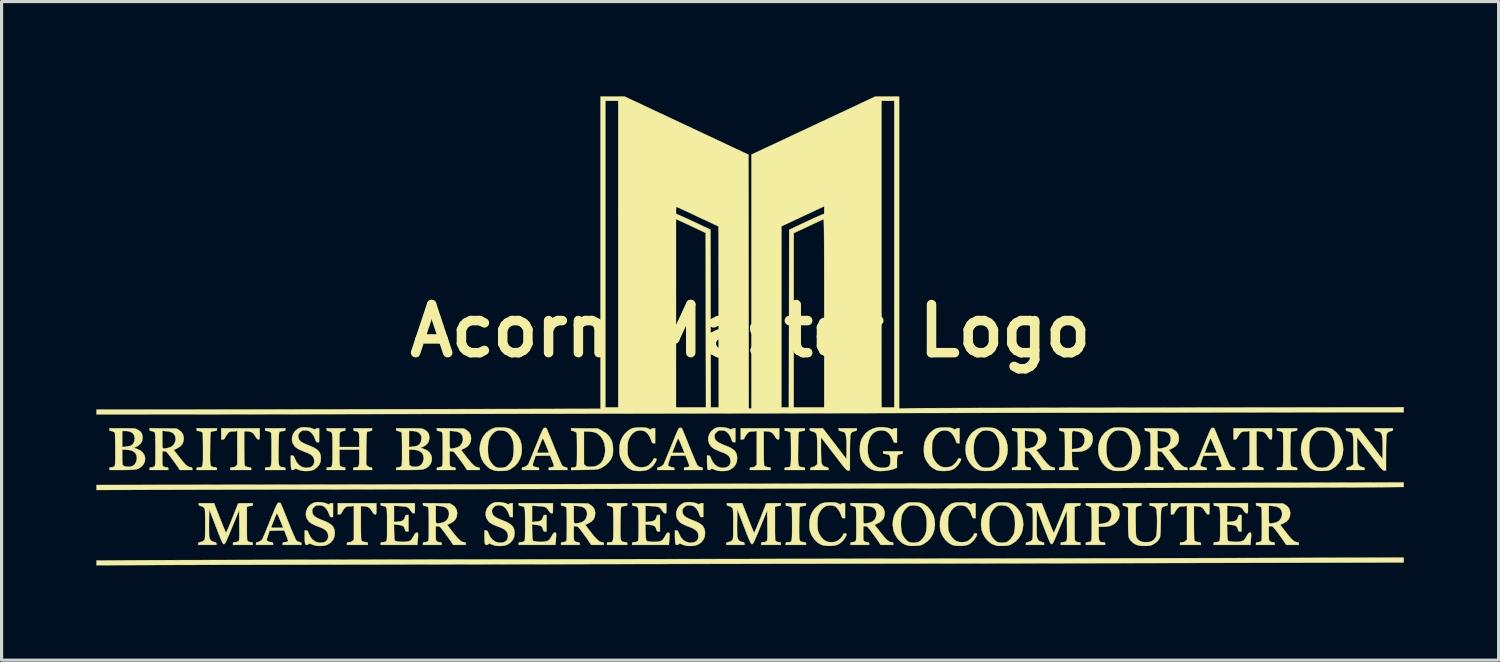
<source format=kicad_pcb>
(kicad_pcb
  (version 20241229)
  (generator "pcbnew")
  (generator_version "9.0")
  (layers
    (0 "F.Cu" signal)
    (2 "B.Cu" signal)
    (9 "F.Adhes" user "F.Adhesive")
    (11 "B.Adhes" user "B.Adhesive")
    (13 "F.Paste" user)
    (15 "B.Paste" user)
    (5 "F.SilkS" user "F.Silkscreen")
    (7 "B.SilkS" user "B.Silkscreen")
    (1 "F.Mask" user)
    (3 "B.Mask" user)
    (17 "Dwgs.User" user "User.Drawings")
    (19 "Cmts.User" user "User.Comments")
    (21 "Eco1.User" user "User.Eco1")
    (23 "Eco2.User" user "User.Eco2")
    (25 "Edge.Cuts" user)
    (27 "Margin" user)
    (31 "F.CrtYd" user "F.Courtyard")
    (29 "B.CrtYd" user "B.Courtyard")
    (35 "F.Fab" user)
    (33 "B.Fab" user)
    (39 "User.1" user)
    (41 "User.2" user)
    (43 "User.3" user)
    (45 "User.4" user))
  (footprint "Acorn Master Logo"
    (layer "F.Cu")
    (at 20.698 7.422)
    (property "Reference" "Acorn Master Logo" (at 0 0 0) (layer "F.SilkS") (effects (font (size 1.524 1.524) (thickness 0.3))))
    (attr through_hole)
    (fp_poly (pts (xy -15.528 3.26) (xy -15.528 3.339) (xy -15.53 3.39) (xy -15.534 3.42) (xy -15.543 3.433) (xy -15.557 3.437) (xy -15.568 3.437) (xy -15.596 3.43) (xy -15.625 3.402) (xy -15.66 3.35) (xy -15.665 3.341) (xy -15.714 3.268) (xy -15.762 3.221) (xy -15.817 3.194) (xy -15.889 3.181) (xy -15.913 3.18) (xy -16.019 3.173) (xy -16.019 3.707) (xy -16.018 3.839) (xy -16.017 3.96) (xy -16.015 4.067) (xy -16.013 4.154) (xy -16.01 4.219) (xy -16.007 4.255) (xy -16.006 4.262) (xy -15.975 4.286) (xy -15.924 4.306) (xy -15.866 4.317) (xy -15.848 4.318) (xy -15.813 4.323) (xy -15.8 4.343) (xy -15.799 4.36) (xy -15.799 4.403) (xy -16.459 4.403) (xy -16.459 4.36) (xy -16.456 4.333) (xy -16.438 4.321) (xy -16.398 4.318) (xy -16.391 4.318) (xy -16.329 4.309) (xy -16.282 4.278) (xy -16.281 4.276) (xy -16.239 4.235) (xy -16.239 3.163) (xy -16.277 3.173) (xy -16.317 3.179) (xy -16.373 3.183) (xy -16.398 3.183) (xy -16.452 3.187) (xy -16.49 3.202) (xy -16.528 3.235) (xy -16.535 3.244) (xy -16.577 3.297) (xy -16.613 3.355) (xy -16.621 3.371) (xy -16.644 3.414) (xy -16.67 3.434) (xy -16.699 3.437) (xy -16.747 3.437) (xy -16.747 3.082) (xy -15.528 3.082) (xy -15.528 3.26)) (stroke (width 0.01) (type solid)) (fill yes) (layer "F.SilkS"))
    (fp_poly (pts (xy -11.836 5.63) (xy -11.837 5.709) (xy -11.838 5.761) (xy -11.843 5.79) (xy -11.852 5.804) (xy -11.866 5.808) (xy -11.876 5.808) (xy -11.904 5.8) (xy -11.933 5.773) (xy -11.969 5.72) (xy -11.974 5.712) (xy -12.023 5.639) (xy -12.07 5.592) (xy -12.126 5.565) (xy -12.198 5.552) (xy -12.222 5.55) (xy -12.327 5.544) (xy -12.327 6.078) (xy -12.327 6.21) (xy -12.326 6.331) (xy -12.324 6.438) (xy -12.322 6.525) (xy -12.319 6.589) (xy -12.316 6.626) (xy -12.314 6.633) (xy -12.284 6.657) (xy -12.233 6.677) (xy -12.175 6.688) (xy -12.157 6.689) (xy -12.121 6.693) (xy -12.108 6.714) (xy -12.107 6.731) (xy -12.107 6.773) (xy -12.768 6.773) (xy -12.768 6.731) (xy -12.764 6.704) (xy -12.747 6.692) (xy -12.707 6.689) (xy -12.699 6.689) (xy -12.638 6.68) (xy -12.591 6.649) (xy -12.589 6.647) (xy -12.548 6.606) (xy -12.548 5.533) (xy -12.586 5.543) (xy -12.626 5.55) (xy -12.682 5.553) (xy -12.706 5.554) (xy -12.761 5.557) (xy -12.799 5.572) (xy -12.836 5.606) (xy -12.844 5.614) (xy -12.885 5.668) (xy -12.921 5.726) (xy -12.929 5.741) (xy -12.953 5.785) (xy -12.978 5.804) (xy -13.007 5.808) (xy -13.056 5.808) (xy -13.056 5.453) (xy -11.836 5.453) (xy -11.836 5.63)) (stroke (width 0.01) (type solid)) (fill yes) (layer "F.SilkS"))
    (fp_poly (pts (xy 0.914 3.26) (xy 0.914 3.339) (xy 0.912 3.39) (xy 0.908 3.42) (xy 0.899 3.433) (xy 0.885 3.437) (xy 0.874 3.437) (xy 0.846 3.43) (xy 0.818 3.402) (xy 0.782 3.35) (xy 0.777 3.341) (xy 0.728 3.268) (xy 0.681 3.221) (xy 0.625 3.194) (xy 0.553 3.181) (xy 0.529 3.18) (xy 0.423 3.173) (xy 0.424 3.707) (xy 0.424 3.839) (xy 0.425 3.96) (xy 0.427 4.067) (xy 0.429 4.154) (xy 0.432 4.219) (xy 0.435 4.255) (xy 0.437 4.262) (xy 0.467 4.286) (xy 0.518 4.306) (xy 0.576 4.317) (xy 0.594 4.318) (xy 0.63 4.323) (xy 0.642 4.343) (xy 0.643 4.36) (xy 0.643 4.403) (xy -0.017 4.403) (xy -0.017 4.36) (xy -0.013 4.333) (xy 0.004 4.321) (xy 0.044 4.318) (xy 0.052 4.318) (xy 0.113 4.309) (xy 0.16 4.278) (xy 0.162 4.276) (xy 0.203 4.235) (xy 0.203 3.163) (xy 0.165 3.173) (xy 0.125 3.179) (xy 0.069 3.183) (xy 0.045 3.183) (xy -0.01 3.187) (xy -0.048 3.202) (xy -0.085 3.235) (xy -0.093 3.244) (xy -0.135 3.297) (xy -0.171 3.355) (xy -0.178 3.371) (xy -0.202 3.414) (xy -0.228 3.434) (xy -0.257 3.437) (xy -0.305 3.437) (xy -0.305 3.082) (xy 0.914 3.082) (xy 0.914 3.26)) (stroke (width 0.01) (type solid)) (fill yes) (layer "F.SilkS"))
    (fp_poly (pts (xy 14.529 5.63) (xy 14.529 5.709) (xy 14.527 5.761) (xy 14.522 5.79) (xy 14.514 5.804) (xy 14.499 5.808) (xy 14.489 5.808) (xy 14.461 5.8) (xy 14.432 5.773) (xy 14.397 5.72) (xy 14.391 5.712) (xy 14.343 5.639) (xy 14.295 5.592) (xy 14.24 5.565) (xy 14.167 5.552) (xy 14.144 5.55) (xy 14.038 5.544) (xy 14.038 6.078) (xy 14.038 6.21) (xy 14.04 6.331) (xy 14.041 6.438) (xy 14.044 6.525) (xy 14.046 6.589) (xy 14.049 6.626) (xy 14.051 6.633) (xy 14.082 6.657) (xy 14.133 6.677) (xy 14.191 6.688) (xy 14.208 6.689) (xy 14.244 6.693) (xy 14.257 6.714) (xy 14.258 6.731) (xy 14.258 6.773) (xy 13.597 6.773) (xy 13.597 6.731) (xy 13.601 6.704) (xy 13.618 6.692) (xy 13.659 6.689) (xy 13.666 6.689) (xy 13.727 6.68) (xy 13.774 6.649) (xy 13.776 6.647) (xy 13.818 6.606) (xy 13.818 5.533) (xy 13.78 5.543) (xy 13.74 5.55) (xy 13.684 5.553) (xy 13.659 5.554) (xy 13.604 5.557) (xy 13.567 5.572) (xy 13.529 5.606) (xy 13.521 5.614) (xy 13.48 5.668) (xy 13.444 5.726) (xy 13.436 5.741) (xy 13.412 5.785) (xy 13.387 5.804) (xy 13.358 5.808) (xy 13.31 5.808) (xy 13.31 5.453) (xy 14.529 5.453) (xy 14.529 5.63)) (stroke (width 0.01) (type solid)) (fill yes) (layer "F.SilkS"))
    (fp_poly (pts (xy 16.51 3.26) (xy 16.51 3.339) (xy 16.508 3.39) (xy 16.503 3.42) (xy 16.495 3.433) (xy 16.481 3.437) (xy 16.47 3.437) (xy 16.442 3.43) (xy 16.413 3.402) (xy 16.378 3.35) (xy 16.373 3.341) (xy 16.324 3.268) (xy 16.276 3.221) (xy 16.221 3.194) (xy 16.149 3.181) (xy 16.125 3.18) (xy 16.019 3.173) (xy 16.019 3.707) (xy 16.02 3.839) (xy 16.021 3.96) (xy 16.023 4.067) (xy 16.025 4.154) (xy 16.028 4.219) (xy 16.031 4.255) (xy 16.032 4.262) (xy 16.063 4.286) (xy 16.114 4.306) (xy 16.172 4.317) (xy 16.189 4.318) (xy 16.225 4.323) (xy 16.238 4.343) (xy 16.239 4.36) (xy 16.239 4.403) (xy 15.579 4.403) (xy 15.579 4.36) (xy 15.582 4.333) (xy 15.6 4.321) (xy 15.64 4.318) (xy 15.647 4.318) (xy 15.709 4.309) (xy 15.755 4.278) (xy 15.757 4.276) (xy 15.799 4.235) (xy 15.799 3.163) (xy 15.761 3.173) (xy 15.721 3.179) (xy 15.665 3.183) (xy 15.64 3.183) (xy 15.586 3.187) (xy 15.548 3.202) (xy 15.51 3.235) (xy 15.503 3.244) (xy 15.461 3.297) (xy 15.425 3.355) (xy 15.417 3.371) (xy 15.393 3.414) (xy 15.368 3.434) (xy 15.339 3.437) (xy 15.291 3.437) (xy 15.291 3.082) (xy 16.51 3.082) (xy 16.51 3.26)) (stroke (width 0.01) (type solid)) (fill yes) (layer "F.SilkS"))
    (fp_poly (pts (xy -16.883 3.122) (xy -16.886 3.146) (xy -16.903 3.16) (xy -16.941 3.168) (xy -16.968 3.17) (xy -17.022 3.179) (xy -17.062 3.192) (xy -17.074 3.199) (xy -17.081 3.217) (xy -17.086 3.258) (xy -17.09 3.325) (xy -17.094 3.419) (xy -17.097 3.542) (xy -17.099 3.697) (xy -17.099 3.723) (xy -17.101 3.878) (xy -17.101 4.002) (xy -17.1 4.099) (xy -17.096 4.172) (xy -17.088 4.226) (xy -17.076 4.262) (xy -17.06 4.286) (xy -17.037 4.3) (xy -17.008 4.308) (xy -16.971 4.312) (xy -16.962 4.313) (xy -16.914 4.321) (xy -16.89 4.333) (xy -16.883 4.354) (xy -16.883 4.363) (xy -16.883 4.403) (xy -17.526 4.403) (xy -17.526 4.36) (xy -17.523 4.334) (xy -17.507 4.322) (xy -17.469 4.318) (xy -17.452 4.318) (xy -17.417 4.318) (xy -17.389 4.315) (xy -17.367 4.305) (xy -17.351 4.286) (xy -17.339 4.254) (xy -17.331 4.206) (xy -17.326 4.138) (xy -17.324 4.047) (xy -17.323 3.929) (xy -17.323 3.782) (xy -17.323 3.749) (xy -17.324 3.621) (xy -17.325 3.503) (xy -17.327 3.401) (xy -17.329 3.317) (xy -17.332 3.258) (xy -17.335 3.226) (xy -17.336 3.223) (xy -17.365 3.199) (xy -17.414 3.179) (xy -17.468 3.167) (xy -17.485 3.167) (xy -17.516 3.159) (xy -17.526 3.131) (xy -17.526 3.124) (xy -17.526 3.082) (xy -16.883 3.082) (xy -16.883 3.122)) (stroke (width 0.01) (type solid)) (fill yes) (layer "F.SilkS"))
    (fp_poly (pts (xy -14.715 3.122) (xy -14.719 3.146) (xy -14.736 3.16) (xy -14.774 3.168) (xy -14.801 3.17) (xy -14.854 3.179) (xy -14.895 3.192) (xy -14.907 3.199) (xy -14.913 3.217) (xy -14.918 3.258) (xy -14.923 3.325) (xy -14.926 3.419) (xy -14.929 3.542) (xy -14.931 3.697) (xy -14.932 3.723) (xy -14.933 3.878) (xy -14.933 4.002) (xy -14.932 4.099) (xy -14.928 4.172) (xy -14.921 4.226) (xy -14.909 4.262) (xy -14.892 4.286) (xy -14.87 4.3) (xy -14.841 4.308) (xy -14.804 4.312) (xy -14.795 4.313) (xy -14.746 4.321) (xy -14.722 4.333) (xy -14.715 4.354) (xy -14.715 4.363) (xy -14.715 4.403) (xy -15.359 4.403) (xy -15.359 4.36) (xy -15.355 4.334) (xy -15.339 4.322) (xy -15.301 4.318) (xy -15.285 4.318) (xy -15.25 4.318) (xy -15.222 4.315) (xy -15.2 4.305) (xy -15.184 4.286) (xy -15.172 4.254) (xy -15.164 4.206) (xy -15.159 4.138) (xy -15.157 4.047) (xy -15.156 3.929) (xy -15.156 3.782) (xy -15.156 3.749) (xy -15.156 3.621) (xy -15.157 3.503) (xy -15.159 3.401) (xy -15.162 3.317) (xy -15.164 3.258) (xy -15.168 3.226) (xy -15.169 3.223) (xy -15.198 3.199) (xy -15.247 3.179) (xy -15.3 3.167) (xy -15.317 3.167) (xy -15.349 3.159) (xy -15.358 3.131) (xy -15.359 3.124) (xy -15.359 3.082) (xy -14.715 3.082) (xy -14.715 3.122)) (stroke (width 0.01) (type solid)) (fill yes) (layer "F.SilkS"))
    (fp_poly (pts (xy -3.895 5.493) (xy -3.898 5.517) (xy -3.915 5.531) (xy -3.953 5.538) (xy -3.98 5.541) (xy -4.034 5.55) (xy -4.074 5.562) (xy -4.086 5.569) (xy -4.093 5.587) (xy -4.098 5.629) (xy -4.103 5.695) (xy -4.106 5.789) (xy -4.109 5.913) (xy -4.111 6.068) (xy -4.111 6.094) (xy -4.113 6.248) (xy -4.113 6.372) (xy -4.112 6.469) (xy -4.108 6.543) (xy -4.1 6.596) (xy -4.089 6.633) (xy -4.072 6.657) (xy -4.049 6.671) (xy -4.02 6.678) (xy -3.984 6.683) (xy -3.974 6.684) (xy -3.926 6.692) (xy -3.902 6.704) (xy -3.895 6.725) (xy -3.895 6.733) (xy -3.895 6.773) (xy -4.538 6.773) (xy -4.538 6.731) (xy -4.535 6.705) (xy -4.519 6.692) (xy -4.481 6.689) (xy -4.465 6.689) (xy -4.43 6.688) (xy -4.401 6.685) (xy -4.38 6.676) (xy -4.363 6.657) (xy -4.351 6.625) (xy -4.343 6.577) (xy -4.339 6.509) (xy -4.336 6.417) (xy -4.335 6.3) (xy -4.335 6.152) (xy -4.335 6.12) (xy -4.336 5.992) (xy -4.337 5.874) (xy -4.339 5.771) (xy -4.341 5.688) (xy -4.344 5.628) (xy -4.347 5.597) (xy -4.348 5.593) (xy -4.378 5.57) (xy -4.426 5.55) (xy -4.48 5.538) (xy -4.497 5.537) (xy -4.528 5.53) (xy -4.538 5.502) (xy -4.538 5.495) (xy -4.538 5.453) (xy -3.895 5.453) (xy -3.895 5.493)) (stroke (width 0.01) (type solid)) (fill yes) (layer "F.SilkS"))
    (fp_poly (pts (xy 1.727 3.122) (xy 1.724 3.146) (xy 1.707 3.16) (xy 1.669 3.168) (xy 1.642 3.17) (xy 1.588 3.179) (xy 1.548 3.192) (xy 1.536 3.199) (xy 1.529 3.217) (xy 1.524 3.258) (xy 1.519 3.325) (xy 1.516 3.419) (xy 1.513 3.542) (xy 1.511 3.697) (xy 1.511 3.723) (xy 1.509 3.878) (xy 1.509 4.002) (xy 1.51 4.099) (xy 1.514 4.172) (xy 1.522 4.226) (xy 1.533 4.262) (xy 1.55 4.286) (xy 1.573 4.3) (xy 1.602 4.308) (xy 1.638 4.312) (xy 1.647 4.313) (xy 1.696 4.321) (xy 1.72 4.333) (xy 1.727 4.354) (xy 1.727 4.363) (xy 1.727 4.403) (xy 1.084 4.403) (xy 1.084 4.36) (xy 1.087 4.334) (xy 1.103 4.322) (xy 1.141 4.318) (xy 1.157 4.318) (xy 1.192 4.318) (xy 1.22 4.315) (xy 1.242 4.305) (xy 1.259 4.286) (xy 1.271 4.254) (xy 1.278 4.206) (xy 1.283 4.138) (xy 1.286 4.047) (xy 1.287 3.929) (xy 1.287 3.782) (xy 1.287 3.749) (xy 1.286 3.621) (xy 1.285 3.503) (xy 1.283 3.401) (xy 1.281 3.317) (xy 1.278 3.258) (xy 1.275 3.226) (xy 1.274 3.223) (xy 1.244 3.199) (xy 1.196 3.179) (xy 1.142 3.167) (xy 1.125 3.167) (xy 1.094 3.159) (xy 1.084 3.131) (xy 1.084 3.124) (xy 1.084 3.082) (xy 1.727 3.082) (xy 1.727 3.122)) (stroke (width 0.01) (type solid)) (fill yes) (layer "F.SilkS"))
    (fp_poly (pts (xy 1.761 5.493) (xy 1.757 5.517) (xy 1.741 5.531) (xy 1.702 5.538) (xy 1.675 5.541) (xy 1.622 5.55) (xy 1.581 5.562) (xy 1.57 5.569) (xy 1.563 5.587) (xy 1.558 5.629) (xy 1.553 5.695) (xy 1.55 5.789) (xy 1.547 5.913) (xy 1.545 6.068) (xy 1.544 6.094) (xy 1.543 6.248) (xy 1.543 6.372) (xy 1.544 6.469) (xy 1.548 6.543) (xy 1.556 6.596) (xy 1.567 6.633) (xy 1.584 6.657) (xy 1.606 6.671) (xy 1.636 6.678) (xy 1.672 6.683) (xy 1.681 6.684) (xy 1.73 6.692) (xy 1.754 6.704) (xy 1.761 6.725) (xy 1.761 6.733) (xy 1.761 6.773) (xy 1.118 6.773) (xy 1.118 6.731) (xy 1.121 6.705) (xy 1.137 6.692) (xy 1.175 6.689) (xy 1.191 6.689) (xy 1.226 6.688) (xy 1.254 6.685) (xy 1.276 6.676) (xy 1.293 6.657) (xy 1.304 6.625) (xy 1.312 6.577) (xy 1.317 6.509) (xy 1.32 6.417) (xy 1.32 6.3) (xy 1.321 6.152) (xy 1.321 6.12) (xy 1.32 5.992) (xy 1.319 5.874) (xy 1.317 5.771) (xy 1.315 5.688) (xy 1.312 5.628) (xy 1.309 5.597) (xy 1.307 5.593) (xy 1.278 5.57) (xy 1.229 5.55) (xy 1.176 5.538) (xy 1.159 5.537) (xy 1.127 5.53) (xy 1.118 5.502) (xy 1.118 5.495) (xy 1.118 5.453) (xy 1.761 5.453) (xy 1.761 5.493)) (stroke (width 0.01) (type solid)) (fill yes) (layer "F.SilkS"))
    (fp_poly (pts (xy 17.306 3.122) (xy 17.302 3.146) (xy 17.285 3.16) (xy 17.247 3.168) (xy 17.22 3.17) (xy 17.167 3.179) (xy 17.126 3.192) (xy 17.114 3.199) (xy 17.108 3.217) (xy 17.102 3.258) (xy 17.098 3.325) (xy 17.094 3.419) (xy 17.092 3.542) (xy 17.09 3.697) (xy 17.089 3.723) (xy 17.088 3.878) (xy 17.087 4.002) (xy 17.089 4.099) (xy 17.093 4.172) (xy 17.1 4.226) (xy 17.112 4.262) (xy 17.129 4.286) (xy 17.151 4.3) (xy 17.18 4.308) (xy 17.217 4.312) (xy 17.226 4.313) (xy 17.275 4.321) (xy 17.298 4.333) (xy 17.306 4.354) (xy 17.306 4.363) (xy 17.306 4.403) (xy 16.662 4.403) (xy 16.662 4.36) (xy 16.666 4.334) (xy 16.682 4.322) (xy 16.72 4.318) (xy 16.736 4.318) (xy 16.771 4.318) (xy 16.799 4.315) (xy 16.821 4.305) (xy 16.837 4.286) (xy 16.849 4.254) (xy 16.857 4.206) (xy 16.862 4.138) (xy 16.864 4.047) (xy 16.865 3.929) (xy 16.865 3.782) (xy 16.865 3.749) (xy 16.865 3.621) (xy 16.864 3.503) (xy 16.862 3.401) (xy 16.859 3.317) (xy 16.857 3.258) (xy 16.853 3.226) (xy 16.852 3.223) (xy 16.823 3.199) (xy 16.774 3.179) (xy 16.721 3.167) (xy 16.704 3.167) (xy 16.672 3.159) (xy 16.663 3.131) (xy 16.662 3.124) (xy 16.662 3.082) (xy 17.306 3.082) (xy 17.306 3.122)) (stroke (width 0.01) (type solid)) (fill yes) (layer "F.SilkS"))
    (fp_poly (pts (xy -5.253 3.085) (xy -4.833 3.09) (xy -4.704 3.154) (xy -4.576 3.234) (xy -4.474 3.332) (xy -4.401 3.446) (xy -4.384 3.485) (xy -4.362 3.568) (xy -4.348 3.671) (xy -4.345 3.78) (xy -4.351 3.881) (xy -4.365 3.957) (xy -4.414 4.066) (xy -4.492 4.169) (xy -4.592 4.26) (xy -4.708 4.332) (xy -4.757 4.354) (xy -4.789 4.366) (xy -4.821 4.376) (xy -4.858 4.383) (xy -4.905 4.388) (xy -4.967 4.392) (xy -5.049 4.395) (xy -5.156 4.397) (xy -5.262 4.399) (xy -5.673 4.405) (xy -5.673 4.362) (xy -5.669 4.333) (xy -5.651 4.321) (xy -5.61 4.318) (xy -5.608 4.318) (xy -5.575 4.318) (xy -5.549 4.314) (xy -5.528 4.304) (xy -5.513 4.284) (xy -5.502 4.25) (xy -5.497 4.218) (xy -5.266 4.218) (xy -5.225 4.26) (xy -5.199 4.282) (xy -5.169 4.294) (xy -5.125 4.3) (xy -5.06 4.301) (xy -4.962 4.295) (xy -4.884 4.276) (xy -4.86 4.266) (xy -4.776 4.219) (xy -4.715 4.161) (xy -4.665 4.079) (xy -4.664 4.078) (xy -4.619 3.958) (xy -4.597 3.828) (xy -4.598 3.694) (xy -4.621 3.565) (xy -4.666 3.448) (xy -4.731 3.349) (xy -4.747 3.332) (xy -4.814 3.27) (xy -4.882 3.228) (xy -4.959 3.203) (xy -5.055 3.19) (xy -5.11 3.186) (xy -5.266 3.18) (xy -5.266 4.218) (xy -5.497 4.218) (xy -5.494 4.2) (xy -5.49 4.13) (xy -5.488 4.036) (xy -5.487 3.916) (xy -5.487 3.765) (xy -5.487 3.749) (xy -5.487 3.621) (xy -5.488 3.504) (xy -5.49 3.401) (xy -5.492 3.318) (xy -5.495 3.259) (xy -5.498 3.228) (xy -5.499 3.224) (xy -5.535 3.194) (xy -5.588 3.172) (xy -5.629 3.167) (xy -5.662 3.16) (xy -5.672 3.134) (xy -5.673 3.123) (xy -5.673 3.08) (xy -5.253 3.085)) (stroke (width 0.01) (type solid)) (fill yes) (layer "F.SilkS"))
    (fp_poly (pts (xy -3.4 3.057) (xy -3.337 3.06) (xy -3.292 3.067) (xy -3.255 3.079) (xy -3.221 3.095) (xy -3.177 3.117) (xy -3.153 3.122) (xy -3.141 3.112) (xy -3.139 3.108) (xy -3.114 3.088) (xy -3.072 3.082) (xy -3.014 3.082) (xy -3.014 3.556) (xy -3.062 3.556) (xy -3.09 3.553) (xy -3.109 3.537) (xy -3.126 3.502) (xy -3.139 3.464) (xy -3.176 3.371) (xy -3.227 3.287) (xy -3.284 3.22) (xy -3.336 3.181) (xy -3.413 3.156) (xy -3.503 3.15) (xy -3.591 3.164) (xy -3.64 3.183) (xy -3.719 3.24) (xy -3.79 3.322) (xy -3.844 3.419) (xy -3.853 3.44) (xy -3.868 3.491) (xy -3.879 3.547) (xy -3.884 3.618) (xy -3.886 3.711) (xy -3.886 3.734) (xy -3.886 3.823) (xy -3.883 3.887) (xy -3.876 3.935) (xy -3.865 3.977) (xy -3.847 4.021) (xy -3.837 4.043) (xy -3.778 4.142) (xy -3.703 4.225) (xy -3.619 4.284) (xy -3.597 4.294) (xy -3.523 4.313) (xy -3.434 4.317) (xy -3.345 4.307) (xy -3.276 4.286) (xy -3.222 4.252) (xy -3.165 4.203) (xy -3.115 4.146) (xy -3.08 4.093) (xy -3.071 4.069) (xy -3.05 4.037) (xy -3.013 4.033) (xy -2.98 4.047) (xy -2.968 4.06) (xy -2.969 4.082) (xy -2.985 4.119) (xy -3.004 4.157) (xy -3.074 4.262) (xy -3.168 4.346) (xy -3.239 4.389) (xy -3.309 4.413) (xy -3.4 4.429) (xy -3.503 4.435) (xy -3.606 4.431) (xy -3.699 4.418) (xy -3.754 4.402) (xy -3.866 4.34) (xy -3.966 4.25) (xy -4.049 4.135) (xy -4.074 4.089) (xy -4.107 4.019) (xy -4.127 3.959) (xy -4.138 3.895) (xy -4.144 3.815) (xy -4.142 3.647) (xy -4.113 3.499) (xy -4.056 3.369) (xy -3.972 3.255) (xy -3.934 3.216) (xy -3.861 3.152) (xy -3.793 3.107) (xy -3.721 3.078) (xy -3.638 3.063) (xy -3.533 3.057) (xy -3.488 3.056) (xy -3.4 3.057)) (stroke (width 0.01) (type solid)) (fill yes) (layer "F.SilkS"))
    (fp_poly (pts (xy 2.611 5.428) (xy 2.674 5.431) (xy 2.72 5.438) (xy 2.757 5.45) (xy 2.79 5.466) (xy 2.835 5.488) (xy 2.858 5.493) (xy 2.87 5.483) (xy 2.872 5.478) (xy 2.897 5.459) (xy 2.94 5.453) (xy 2.997 5.453) (xy 2.997 5.927) (xy 2.949 5.927) (xy 2.921 5.923) (xy 2.902 5.908) (xy 2.885 5.873) (xy 2.873 5.835) (xy 2.835 5.742) (xy 2.784 5.658) (xy 2.727 5.59) (xy 2.676 5.551) (xy 2.599 5.527) (xy 2.509 5.521) (xy 2.42 5.535) (xy 2.372 5.554) (xy 2.292 5.611) (xy 2.221 5.692) (xy 2.167 5.79) (xy 2.159 5.811) (xy 2.143 5.862) (xy 2.133 5.918) (xy 2.127 5.988) (xy 2.125 6.082) (xy 2.125 6.104) (xy 2.126 6.193) (xy 2.129 6.257) (xy 2.135 6.306) (xy 2.146 6.348) (xy 2.164 6.392) (xy 2.174 6.414) (xy 2.233 6.513) (xy 2.308 6.596) (xy 2.393 6.655) (xy 2.414 6.665) (xy 2.488 6.683) (xy 2.578 6.687) (xy 2.667 6.678) (xy 2.736 6.657) (xy 2.789 6.623) (xy 2.846 6.573) (xy 2.896 6.517) (xy 2.931 6.463) (xy 2.94 6.439) (xy 2.962 6.408) (xy 2.999 6.403) (xy 3.031 6.418) (xy 3.043 6.431) (xy 3.042 6.452) (xy 3.027 6.49) (xy 3.008 6.528) (xy 2.937 6.633) (xy 2.844 6.717) (xy 2.772 6.76) (xy 2.703 6.784) (xy 2.611 6.799) (xy 2.509 6.805) (xy 2.405 6.802) (xy 2.313 6.789) (xy 2.257 6.773) (xy 2.145 6.711) (xy 2.045 6.62) (xy 1.962 6.506) (xy 1.937 6.46) (xy 1.905 6.39) (xy 1.885 6.33) (xy 1.873 6.266) (xy 1.867 6.185) (xy 1.87 6.018) (xy 1.899 5.87) (xy 1.955 5.74) (xy 2.039 5.625) (xy 2.077 5.587) (xy 2.151 5.523) (xy 2.219 5.478) (xy 2.29 5.449) (xy 2.374 5.433) (xy 2.479 5.428) (xy 2.523 5.427) (xy 2.611 5.428)) (stroke (width 0.01) (type solid)) (fill yes) (layer "F.SilkS"))
    (fp_poly (pts (xy 3.37 3.122) (xy 3.364 3.15) (xy 3.34 3.165) (xy 3.306 3.172) (xy 3.238 3.191) (xy 3.194 3.225) (xy 3.169 3.281) (xy 3.166 3.294) (xy 3.162 3.327) (xy 3.159 3.39) (xy 3.155 3.477) (xy 3.153 3.583) (xy 3.151 3.705) (xy 3.15 3.836) (xy 3.15 3.89) (xy 3.15 4.42) (xy 3.095 4.419) (xy 3.08 4.417) (xy 3.064 4.412) (xy 3.046 4.4) (xy 3.023 4.378) (xy 2.993 4.346) (xy 2.953 4.299) (xy 2.902 4.235) (xy 2.838 4.153) (xy 2.758 4.049) (xy 2.66 3.921) (xy 2.637 3.892) (xy 2.235 3.366) (xy 2.235 3.744) (xy 2.236 3.858) (xy 2.238 3.964) (xy 2.242 4.057) (xy 2.246 4.129) (xy 2.251 4.176) (xy 2.253 4.186) (xy 2.284 4.25) (xy 2.338 4.292) (xy 2.409 4.312) (xy 2.451 4.323) (xy 2.469 4.341) (xy 2.472 4.362) (xy 2.472 4.403) (xy 1.897 4.403) (xy 1.897 4.362) (xy 1.902 4.336) (xy 1.924 4.32) (xy 1.965 4.311) (xy 2.024 4.293) (xy 2.072 4.262) (xy 2.075 4.259) (xy 2.117 4.218) (xy 2.117 3.768) (xy 2.116 3.62) (xy 2.115 3.503) (xy 2.112 3.411) (xy 2.106 3.342) (xy 2.097 3.292) (xy 2.084 3.256) (xy 2.066 3.232) (xy 2.042 3.214) (xy 2.011 3.199) (xy 1.998 3.194) (xy 1.95 3.177) (xy 1.912 3.167) (xy 1.905 3.167) (xy 1.885 3.152) (xy 1.88 3.124) (xy 1.88 3.082) (xy 2.087 3.082) (xy 2.294 3.082) (xy 2.667 3.57) (xy 3.04 4.058) (xy 3.044 3.76) (xy 3.045 3.598) (xy 3.041 3.468) (xy 3.033 3.366) (xy 3.019 3.291) (xy 3.001 3.24) (xy 2.98 3.214) (xy 2.941 3.194) (xy 2.887 3.177) (xy 2.869 3.174) (xy 2.822 3.164) (xy 2.8 3.15) (xy 2.794 3.126) (xy 2.794 3.122) (xy 2.794 3.082) (xy 3.37 3.082) (xy 3.37 3.122)) (stroke (width 0.01) (type solid)) (fill yes) (layer "F.SilkS"))
    (fp_poly (pts (xy 6.235 3.057) (xy 6.298 3.06) (xy 6.343 3.067) (xy 6.38 3.079) (xy 6.414 3.095) (xy 6.458 3.117) (xy 6.482 3.122) (xy 6.494 3.112) (xy 6.496 3.108) (xy 6.521 3.088) (xy 6.563 3.082) (xy 6.621 3.082) (xy 6.621 3.556) (xy 6.573 3.556) (xy 6.545 3.553) (xy 6.526 3.537) (xy 6.509 3.502) (xy 6.497 3.464) (xy 6.459 3.371) (xy 6.408 3.287) (xy 6.351 3.22) (xy 6.299 3.181) (xy 6.222 3.156) (xy 6.132 3.15) (xy 6.044 3.164) (xy 5.996 3.183) (xy 5.916 3.24) (xy 5.845 3.322) (xy 5.791 3.419) (xy 5.782 3.44) (xy 5.767 3.491) (xy 5.756 3.547) (xy 5.751 3.618) (xy 5.749 3.711) (xy 5.749 3.734) (xy 5.749 3.823) (xy 5.752 3.887) (xy 5.759 3.935) (xy 5.77 3.977) (xy 5.788 4.021) (xy 5.798 4.043) (xy 5.857 4.142) (xy 5.932 4.225) (xy 6.016 4.284) (xy 6.038 4.294) (xy 6.112 4.313) (xy 6.201 4.317) (xy 6.29 4.307) (xy 6.359 4.286) (xy 6.413 4.252) (xy 6.47 4.203) (xy 6.52 4.146) (xy 6.555 4.093) (xy 6.564 4.069) (xy 6.585 4.037) (xy 6.622 4.033) (xy 6.655 4.047) (xy 6.667 4.06) (xy 6.666 4.082) (xy 6.65 4.119) (xy 6.631 4.157) (xy 6.561 4.262) (xy 6.467 4.346) (xy 6.396 4.389) (xy 6.327 4.413) (xy 6.235 4.429) (xy 6.132 4.435) (xy 6.029 4.431) (xy 5.937 4.418) (xy 5.881 4.402) (xy 5.769 4.34) (xy 5.669 4.25) (xy 5.586 4.135) (xy 5.561 4.089) (xy 5.528 4.019) (xy 5.509 3.959) (xy 5.497 3.895) (xy 5.491 3.815) (xy 5.493 3.647) (xy 5.523 3.499) (xy 5.579 3.369) (xy 5.663 3.255) (xy 5.701 3.216) (xy 5.774 3.152) (xy 5.842 3.107) (xy 5.914 3.078) (xy 5.997 3.063) (xy 6.102 3.057) (xy 6.147 3.056) (xy 6.235 3.057)) (stroke (width 0.01) (type solid)) (fill yes) (layer "F.SilkS"))
    (fp_poly (pts (xy 6.743 5.428) (xy 6.806 5.431) (xy 6.851 5.438) (xy 6.888 5.45) (xy 6.922 5.466) (xy 6.966 5.488) (xy 6.99 5.493) (xy 7.002 5.483) (xy 7.004 5.478) (xy 7.029 5.459) (xy 7.071 5.453) (xy 7.129 5.453) (xy 7.129 5.927) (xy 7.081 5.927) (xy 7.053 5.923) (xy 7.034 5.908) (xy 7.017 5.873) (xy 7.005 5.835) (xy 6.967 5.742) (xy 6.916 5.658) (xy 6.859 5.59) (xy 6.807 5.551) (xy 6.73 5.527) (xy 6.64 5.521) (xy 6.552 5.535) (xy 6.504 5.554) (xy 6.424 5.611) (xy 6.353 5.692) (xy 6.299 5.79) (xy 6.29 5.811) (xy 6.275 5.862) (xy 6.264 5.918) (xy 6.259 5.988) (xy 6.257 6.082) (xy 6.257 6.104) (xy 6.257 6.193) (xy 6.26 6.257) (xy 6.267 6.306) (xy 6.278 6.348) (xy 6.296 6.392) (xy 6.306 6.414) (xy 6.365 6.513) (xy 6.44 6.596) (xy 6.524 6.655) (xy 6.546 6.665) (xy 6.62 6.683) (xy 6.709 6.687) (xy 6.798 6.678) (xy 6.867 6.657) (xy 6.921 6.623) (xy 6.978 6.573) (xy 7.028 6.517) (xy 7.063 6.463) (xy 7.072 6.439) (xy 7.093 6.408) (xy 7.13 6.403) (xy 7.163 6.418) (xy 7.175 6.431) (xy 7.174 6.452) (xy 7.158 6.49) (xy 7.139 6.528) (xy 7.069 6.633) (xy 6.975 6.717) (xy 6.904 6.76) (xy 6.835 6.784) (xy 6.743 6.799) (xy 6.64 6.805) (xy 6.537 6.802) (xy 6.445 6.789) (xy 6.389 6.773) (xy 6.277 6.711) (xy 6.177 6.62) (xy 6.094 6.506) (xy 6.069 6.46) (xy 6.036 6.39) (xy 6.017 6.33) (xy 6.005 6.266) (xy 5.999 6.185) (xy 6.001 6.018) (xy 6.031 5.87) (xy 6.087 5.74) (xy 6.171 5.625) (xy 6.209 5.587) (xy 6.282 5.523) (xy 6.35 5.478) (xy 6.422 5.449) (xy 6.505 5.433) (xy 6.61 5.428) (xy 6.655 5.427) (xy 6.743 5.428)) (stroke (width 0.01) (type solid)) (fill yes) (layer "F.SilkS"))
    (fp_poly (pts (xy 20.337 3.122) (xy 20.331 3.15) (xy 20.307 3.165) (xy 20.273 3.172) (xy 20.205 3.191) (xy 20.162 3.225) (xy 20.136 3.281) (xy 20.133 3.294) (xy 20.129 3.327) (xy 20.126 3.39) (xy 20.123 3.477) (xy 20.12 3.583) (xy 20.118 3.705) (xy 20.117 3.836) (xy 20.117 3.89) (xy 20.117 4.42) (xy 20.062 4.419) (xy 20.047 4.417) (xy 20.031 4.412) (xy 20.013 4.4) (xy 19.99 4.378) (xy 19.96 4.346) (xy 19.92 4.299) (xy 19.87 4.235) (xy 19.805 4.153) (xy 19.725 4.049) (xy 19.627 3.921) (xy 19.605 3.892) (xy 19.202 3.366) (xy 19.202 3.744) (xy 19.203 3.858) (xy 19.205 3.964) (xy 19.209 4.057) (xy 19.213 4.129) (xy 19.218 4.176) (xy 19.22 4.186) (xy 19.251 4.25) (xy 19.305 4.292) (xy 19.376 4.312) (xy 19.419 4.323) (xy 19.437 4.341) (xy 19.439 4.362) (xy 19.439 4.403) (xy 18.864 4.403) (xy 18.864 4.362) (xy 18.869 4.336) (xy 18.891 4.32) (xy 18.933 4.311) (xy 18.991 4.293) (xy 19.04 4.262) (xy 19.043 4.259) (xy 19.084 4.218) (xy 19.084 3.768) (xy 19.084 3.62) (xy 19.082 3.503) (xy 19.079 3.411) (xy 19.074 3.342) (xy 19.064 3.292) (xy 19.051 3.256) (xy 19.033 3.232) (xy 19.009 3.214) (xy 18.978 3.199) (xy 18.966 3.194) (xy 18.917 3.177) (xy 18.88 3.167) (xy 18.872 3.167) (xy 18.852 3.152) (xy 18.847 3.124) (xy 18.847 3.082) (xy 19.054 3.082) (xy 19.262 3.082) (xy 19.634 3.57) (xy 20.007 4.058) (xy 20.012 3.76) (xy 20.012 3.598) (xy 20.008 3.468) (xy 20 3.366) (xy 19.987 3.291) (xy 19.968 3.24) (xy 19.947 3.214) (xy 19.909 3.194) (xy 19.854 3.177) (xy 19.837 3.174) (xy 19.789 3.164) (xy 19.767 3.15) (xy 19.761 3.126) (xy 19.761 3.122) (xy 19.761 3.082) (xy 20.337 3.082) (xy 20.337 3.122)) (stroke (width 0.01) (type solid)) (fill yes) (layer "F.SilkS"))
    (fp_poly (pts (xy -7.891 3.057) (xy -7.775 3.061) (xy -7.684 3.073) (xy -7.609 3.097) (xy -7.54 3.136) (xy -7.469 3.194) (xy -7.444 3.217) (xy -7.348 3.33) (xy -7.28 3.462) (xy -7.241 3.612) (xy -7.231 3.757) (xy -7.247 3.911) (xy -7.293 4.053) (xy -7.366 4.18) (xy -7.464 4.287) (xy -7.586 4.371) (xy -7.603 4.38) (xy -7.651 4.402) (xy -7.696 4.416) (xy -7.749 4.425) (xy -7.819 4.43) (xy -7.874 4.432) (xy -7.965 4.433) (xy -8.032 4.43) (xy -8.086 4.421) (xy -8.138 4.405) (xy -8.142 4.404) (xy -8.197 4.382) (xy -8.239 4.362) (xy -8.277 4.336) (xy -8.322 4.297) (xy -8.362 4.26) (xy -8.438 4.171) (xy -8.5 4.06) (xy -8.543 3.941) (xy -8.549 3.915) (xy -8.567 3.764) (xy -8.307 3.764) (xy -8.302 3.88) (xy -8.287 3.983) (xy -8.274 4.035) (xy -8.238 4.115) (xy -8.186 4.194) (xy -8.125 4.26) (xy -8.065 4.305) (xy -8.053 4.311) (xy -7.988 4.328) (xy -7.907 4.334) (xy -7.825 4.328) (xy -7.756 4.312) (xy -7.745 4.307) (xy -7.677 4.261) (xy -7.612 4.192) (xy -7.556 4.109) (xy -7.527 4.045) (xy -7.507 3.968) (xy -7.495 3.869) (xy -7.491 3.757) (xy -7.494 3.645) (xy -7.504 3.542) (xy -7.523 3.46) (xy -7.524 3.455) (xy -7.576 3.339) (xy -7.646 3.247) (xy -7.702 3.199) (xy -7.764 3.171) (xy -7.844 3.155) (xy -7.931 3.15) (xy -8.011 3.16) (xy -8.033 3.166) (xy -8.095 3.2) (xy -8.158 3.259) (xy -8.216 3.333) (xy -8.261 3.415) (xy -8.273 3.449) (xy -8.293 3.537) (xy -8.305 3.646) (xy -8.307 3.764) (xy -8.567 3.764) (xy -8.568 3.758) (xy -8.556 3.606) (xy -8.517 3.465) (xy -8.452 3.337) (xy -8.362 3.227) (xy -8.25 3.138) (xy -8.182 3.102) (xy -8.136 3.082) (xy -8.095 3.069) (xy -8.048 3.061) (xy -7.988 3.058) (xy -7.904 3.057) (xy -7.891 3.057)) (stroke (width 0.01) (type solid)) (fill yes) (layer "F.SilkS"))
    (fp_poly (pts (xy 5.182 5.428) (xy 5.297 5.431) (xy 5.388 5.444) (xy 5.464 5.468) (xy 5.532 5.507) (xy 5.603 5.564) (xy 5.628 5.587) (xy 5.724 5.701) (xy 5.792 5.833) (xy 5.831 5.982) (xy 5.842 6.128) (xy 5.825 6.282) (xy 5.78 6.424) (xy 5.707 6.55) (xy 5.608 6.657) (xy 5.487 6.742) (xy 5.469 6.75) (xy 5.421 6.773) (xy 5.376 6.787) (xy 5.324 6.796) (xy 5.254 6.801) (xy 5.199 6.803) (xy 5.108 6.804) (xy 5.04 6.801) (xy 4.986 6.792) (xy 4.935 6.776) (xy 4.93 6.774) (xy 4.875 6.753) (xy 4.834 6.732) (xy 4.796 6.706) (xy 4.751 6.668) (xy 4.71 6.63) (xy 4.635 6.541) (xy 4.572 6.431) (xy 4.529 6.312) (xy 4.523 6.286) (xy 4.506 6.135) (xy 4.765 6.135) (xy 4.771 6.251) (xy 4.785 6.353) (xy 4.799 6.405) (xy 4.835 6.486) (xy 4.887 6.564) (xy 4.947 6.631) (xy 5.008 6.676) (xy 5.02 6.682) (xy 5.085 6.699) (xy 5.166 6.704) (xy 5.248 6.699) (xy 5.316 6.683) (xy 5.328 6.678) (xy 5.395 6.632) (xy 5.461 6.562) (xy 5.516 6.479) (xy 5.546 6.416) (xy 5.565 6.339) (xy 5.577 6.239) (xy 5.582 6.128) (xy 5.579 6.016) (xy 5.568 5.913) (xy 5.55 5.83) (xy 5.548 5.826) (xy 5.496 5.71) (xy 5.427 5.617) (xy 5.37 5.569) (xy 5.309 5.542) (xy 5.228 5.525) (xy 5.141 5.521) (xy 5.061 5.53) (xy 5.04 5.536) (xy 4.978 5.571) (xy 4.914 5.63) (xy 4.857 5.704) (xy 4.812 5.786) (xy 4.799 5.82) (xy 4.779 5.908) (xy 4.768 6.016) (xy 4.765 6.135) (xy 4.506 6.135) (xy 4.505 6.128) (xy 4.516 5.977) (xy 4.555 5.835) (xy 4.621 5.708) (xy 4.71 5.598) (xy 4.823 5.509) (xy 4.891 5.472) (xy 4.936 5.452) (xy 4.978 5.439) (xy 5.024 5.432) (xy 5.085 5.428) (xy 5.168 5.428) (xy 5.182 5.428)) (stroke (width 0.01) (type solid)) (fill yes) (layer "F.SilkS"))
    (fp_poly (pts (xy 7.485 3.057) (xy 7.6 3.061) (xy 7.691 3.073) (xy 7.767 3.097) (xy 7.835 3.136) (xy 7.906 3.194) (xy 7.931 3.217) (xy 8.027 3.33) (xy 8.095 3.462) (xy 8.134 3.612) (xy 8.145 3.757) (xy 8.128 3.911) (xy 8.083 4.053) (xy 8.01 4.18) (xy 7.911 4.287) (xy 7.79 4.371) (xy 7.772 4.38) (xy 7.724 4.402) (xy 7.679 4.416) (xy 7.627 4.425) (xy 7.557 4.43) (xy 7.501 4.432) (xy 7.411 4.433) (xy 7.343 4.43) (xy 7.289 4.421) (xy 7.238 4.405) (xy 7.233 4.404) (xy 7.178 4.382) (xy 7.137 4.362) (xy 7.099 4.336) (xy 7.053 4.297) (xy 7.013 4.26) (xy 6.938 4.171) (xy 6.875 4.06) (xy 6.832 3.941) (xy 6.826 3.915) (xy 6.809 3.764) (xy 7.068 3.764) (xy 7.074 3.88) (xy 7.088 3.983) (xy 7.102 4.035) (xy 7.138 4.115) (xy 7.19 4.194) (xy 7.25 4.26) (xy 7.311 4.305) (xy 7.323 4.311) (xy 7.388 4.328) (xy 7.469 4.334) (xy 7.551 4.328) (xy 7.619 4.312) (xy 7.631 4.307) (xy 7.698 4.261) (xy 7.764 4.192) (xy 7.819 4.109) (xy 7.849 4.045) (xy 7.868 3.968) (xy 7.88 3.869) (xy 7.885 3.757) (xy 7.882 3.645) (xy 7.871 3.542) (xy 7.853 3.46) (xy 7.851 3.455) (xy 7.799 3.339) (xy 7.73 3.247) (xy 7.673 3.199) (xy 7.612 3.171) (xy 7.531 3.155) (xy 7.444 3.15) (xy 7.364 3.16) (xy 7.343 3.166) (xy 7.281 3.2) (xy 7.217 3.259) (xy 7.159 3.333) (xy 7.115 3.415) (xy 7.102 3.449) (xy 7.082 3.537) (xy 7.071 3.646) (xy 7.068 3.764) (xy 6.809 3.764) (xy 6.808 3.758) (xy 6.819 3.606) (xy 6.858 3.465) (xy 6.924 3.337) (xy 7.013 3.227) (xy 7.126 3.138) (xy 7.194 3.102) (xy 7.239 3.082) (xy 7.281 3.069) (xy 7.327 3.061) (xy 7.387 3.058) (xy 7.471 3.057) (xy 7.485 3.057)) (stroke (width 0.01) (type solid)) (fill yes) (layer "F.SilkS"))
    (fp_poly (pts (xy 7.976 5.428) (xy 8.091 5.431) (xy 8.182 5.444) (xy 8.258 5.468) (xy 8.326 5.507) (xy 8.397 5.564) (xy 8.422 5.587) (xy 8.518 5.701) (xy 8.586 5.833) (xy 8.625 5.982) (xy 8.636 6.128) (xy 8.619 6.282) (xy 8.574 6.424) (xy 8.501 6.55) (xy 8.402 6.657) (xy 8.281 6.742) (xy 8.263 6.75) (xy 8.215 6.773) (xy 8.17 6.787) (xy 8.118 6.796) (xy 8.048 6.801) (xy 7.993 6.803) (xy 7.902 6.804) (xy 7.834 6.801) (xy 7.78 6.792) (xy 7.729 6.776) (xy 7.724 6.774) (xy 7.669 6.753) (xy 7.628 6.732) (xy 7.59 6.706) (xy 7.545 6.668) (xy 7.504 6.63) (xy 7.429 6.541) (xy 7.366 6.431) (xy 7.323 6.312) (xy 7.317 6.286) (xy 7.3 6.135) (xy 7.559 6.135) (xy 7.565 6.251) (xy 7.579 6.353) (xy 7.593 6.405) (xy 7.629 6.486) (xy 7.681 6.564) (xy 7.741 6.631) (xy 7.802 6.676) (xy 7.814 6.682) (xy 7.879 6.699) (xy 7.96 6.704) (xy 8.042 6.699) (xy 8.11 6.683) (xy 8.122 6.678) (xy 8.189 6.632) (xy 8.255 6.562) (xy 8.31 6.479) (xy 8.34 6.416) (xy 8.359 6.339) (xy 8.371 6.239) (xy 8.376 6.128) (xy 8.373 6.016) (xy 8.362 5.913) (xy 8.344 5.83) (xy 8.342 5.826) (xy 8.29 5.71) (xy 8.221 5.617) (xy 8.164 5.569) (xy 8.103 5.542) (xy 8.022 5.525) (xy 7.935 5.521) (xy 7.855 5.53) (xy 7.834 5.536) (xy 7.772 5.571) (xy 7.708 5.63) (xy 7.651 5.704) (xy 7.606 5.786) (xy 7.593 5.82) (xy 7.573 5.908) (xy 7.562 6.016) (xy 7.559 6.135) (xy 7.3 6.135) (xy 7.299 6.128) (xy 7.31 5.977) (xy 7.349 5.835) (xy 7.415 5.708) (xy 7.504 5.598) (xy 7.617 5.509) (xy 7.685 5.472) (xy 7.73 5.452) (xy 7.772 5.439) (xy 7.818 5.432) (xy 7.879 5.428) (xy 7.962 5.428) (xy 7.976 5.428)) (stroke (width 0.01) (type solid)) (fill yes) (layer "F.SilkS"))
    (fp_poly (pts (xy 11.684 3.057) (xy 11.8 3.061) (xy 11.891 3.073) (xy 11.966 3.097) (xy 12.035 3.136) (xy 12.106 3.194) (xy 12.131 3.217) (xy 12.227 3.33) (xy 12.294 3.462) (xy 12.333 3.612) (xy 12.344 3.757) (xy 12.328 3.911) (xy 12.282 4.053) (xy 12.209 4.18) (xy 12.111 4.287) (xy 11.989 4.371) (xy 11.972 4.38) (xy 11.924 4.402) (xy 11.879 4.416) (xy 11.826 4.425) (xy 11.756 4.43) (xy 11.701 4.432) (xy 11.61 4.433) (xy 11.543 4.43) (xy 11.489 4.421) (xy 11.437 4.405) (xy 11.433 4.404) (xy 11.378 4.382) (xy 11.336 4.362) (xy 11.298 4.336) (xy 11.253 4.297) (xy 11.213 4.26) (xy 11.137 4.171) (xy 11.075 4.06) (xy 11.032 3.941) (xy 11.026 3.915) (xy 11.008 3.764) (xy 11.268 3.764) (xy 11.273 3.88) (xy 11.288 3.983) (xy 11.301 4.035) (xy 11.337 4.115) (xy 11.389 4.194) (xy 11.45 4.26) (xy 11.51 4.305) (xy 11.522 4.311) (xy 11.587 4.328) (xy 11.668 4.334) (xy 11.75 4.328) (xy 11.819 4.312) (xy 11.83 4.307) (xy 11.898 4.261) (xy 11.963 4.192) (xy 12.019 4.109) (xy 12.048 4.045) (xy 12.068 3.968) (xy 12.079 3.869) (xy 12.084 3.757) (xy 12.081 3.645) (xy 12.07 3.542) (xy 12.052 3.46) (xy 12.051 3.455) (xy 11.999 3.339) (xy 11.929 3.247) (xy 11.873 3.199) (xy 11.811 3.171) (xy 11.73 3.155) (xy 11.644 3.15) (xy 11.564 3.16) (xy 11.542 3.166) (xy 11.48 3.2) (xy 11.417 3.259) (xy 11.359 3.333) (xy 11.314 3.415) (xy 11.301 3.449) (xy 11.282 3.537) (xy 11.27 3.646) (xy 11.268 3.764) (xy 11.008 3.764) (xy 11.007 3.758) (xy 11.019 3.606) (xy 11.058 3.465) (xy 11.123 3.337) (xy 11.213 3.227) (xy 11.325 3.138) (xy 11.393 3.102) (xy 11.439 3.082) (xy 11.48 3.069) (xy 11.526 3.061) (xy 11.587 3.058) (xy 11.671 3.057) (xy 11.684 3.057)) (stroke (width 0.01) (type solid)) (fill yes) (layer "F.SilkS"))
    (fp_poly (pts (xy 18.102 3.057) (xy 18.217 3.061) (xy 18.308 3.073) (xy 18.384 3.097) (xy 18.453 3.136) (xy 18.523 3.194) (xy 18.548 3.217) (xy 18.644 3.33) (xy 18.712 3.462) (xy 18.751 3.612) (xy 18.762 3.757) (xy 18.746 3.911) (xy 18.7 4.053) (xy 18.627 4.18) (xy 18.528 4.287) (xy 18.407 4.371) (xy 18.39 4.38) (xy 18.342 4.402) (xy 18.296 4.416) (xy 18.244 4.425) (xy 18.174 4.43) (xy 18.119 4.432) (xy 18.028 4.433) (xy 17.96 4.43) (xy 17.906 4.421) (xy 17.855 4.405) (xy 17.85 4.404) (xy 17.795 4.382) (xy 17.754 4.362) (xy 17.716 4.336) (xy 17.671 4.297) (xy 17.63 4.26) (xy 17.555 4.171) (xy 17.493 4.06) (xy 17.45 3.941) (xy 17.443 3.915) (xy 17.426 3.764) (xy 17.685 3.764) (xy 17.691 3.88) (xy 17.706 3.983) (xy 17.719 4.035) (xy 17.755 4.115) (xy 17.807 4.194) (xy 17.867 4.26) (xy 17.928 4.305) (xy 17.94 4.311) (xy 18.005 4.328) (xy 18.086 4.334) (xy 18.168 4.328) (xy 18.237 4.312) (xy 18.248 4.307) (xy 18.315 4.261) (xy 18.381 4.192) (xy 18.436 4.109) (xy 18.466 4.045) (xy 18.485 3.968) (xy 18.497 3.869) (xy 18.502 3.757) (xy 18.499 3.645) (xy 18.488 3.542) (xy 18.47 3.46) (xy 18.468 3.455) (xy 18.416 3.339) (xy 18.347 3.247) (xy 18.291 3.199) (xy 18.229 3.171) (xy 18.148 3.155) (xy 18.061 3.15) (xy 17.982 3.16) (xy 17.96 3.166) (xy 17.898 3.2) (xy 17.834 3.259) (xy 17.777 3.333) (xy 17.732 3.415) (xy 17.719 3.449) (xy 17.699 3.537) (xy 17.688 3.646) (xy 17.685 3.764) (xy 17.426 3.764) (xy 17.425 3.758) (xy 17.436 3.606) (xy 17.475 3.465) (xy 17.541 3.337) (xy 17.631 3.227) (xy 17.743 3.138) (xy 17.811 3.102) (xy 17.857 3.082) (xy 17.898 3.069) (xy 17.944 3.061) (xy 18.005 3.058) (xy 18.089 3.057) (xy 18.102 3.057)) (stroke (width 0.01) (type solid)) (fill yes) (layer "F.SilkS"))
    (fp_poly (pts (xy 10.164 3.082) (xy 10.29 3.082) (xy 10.388 3.083) (xy 10.461 3.085) (xy 10.515 3.088) (xy 10.556 3.093) (xy 10.587 3.1) (xy 10.615 3.11) (xy 10.643 3.122) (xy 10.732 3.175) (xy 10.792 3.239) (xy 10.826 3.318) (xy 10.837 3.418) (xy 10.837 3.426) (xy 10.821 3.536) (xy 10.774 3.634) (xy 10.701 3.714) (xy 10.618 3.77) (xy 10.521 3.806) (xy 10.403 3.824) (xy 10.318 3.827) (xy 10.177 3.827) (xy 10.177 4.039) (xy 10.179 4.142) (xy 10.185 4.217) (xy 10.198 4.268) (xy 10.221 4.298) (xy 10.255 4.313) (xy 10.302 4.318) (xy 10.312 4.318) (xy 10.356 4.32) (xy 10.375 4.331) (xy 10.38 4.357) (xy 10.38 4.36) (xy 10.38 4.403) (xy 9.771 4.403) (xy 9.771 4.36) (xy 9.775 4.331) (xy 9.797 4.32) (xy 9.826 4.318) (xy 9.878 4.31) (xy 9.919 4.292) (xy 9.93 4.284) (xy 9.938 4.273) (xy 9.945 4.257) (xy 9.949 4.231) (xy 9.953 4.192) (xy 9.955 4.136) (xy 9.956 4.059) (xy 9.957 3.957) (xy 9.957 3.828) (xy 9.957 3.753) (xy 9.956 3.597) (xy 9.955 3.473) (xy 9.953 3.376) (xy 9.952 3.35) (xy 10.177 3.35) (xy 10.177 3.455) (xy 10.177 3.744) (xy 10.283 3.732) (xy 10.352 3.721) (xy 10.418 3.702) (xy 10.453 3.688) (xy 10.515 3.64) (xy 10.557 3.571) (xy 10.579 3.49) (xy 10.578 3.405) (xy 10.556 3.323) (xy 10.509 3.253) (xy 10.502 3.246) (xy 10.45 3.21) (xy 10.378 3.188) (xy 10.353 3.183) (xy 10.29 3.172) (xy 10.244 3.166) (xy 10.212 3.168) (xy 10.192 3.184) (xy 10.181 3.216) (xy 10.177 3.27) (xy 10.177 3.35) (xy 9.952 3.35) (xy 9.95 3.304) (xy 9.946 3.254) (xy 9.94 3.224) (xy 9.935 3.211) (xy 9.905 3.19) (xy 9.857 3.174) (xy 9.842 3.172) (xy 9.796 3.163) (xy 9.775 3.148) (xy 9.771 3.122) (xy 9.771 3.082) (xy 10.164 3.082)) (stroke (width 0.01) (type solid)) (fill yes) (layer "F.SilkS"))
    (fp_poly (pts (xy 11.011 5.453) (xy 11.137 5.453) (xy 11.234 5.454) (xy 11.308 5.455) (xy 11.362 5.458) (xy 11.402 5.463) (xy 11.434 5.47) (xy 11.461 5.48) (xy 11.489 5.493) (xy 11.579 5.546) (xy 11.639 5.609) (xy 11.673 5.689) (xy 11.684 5.789) (xy 11.684 5.797) (xy 11.668 5.907) (xy 11.621 6.004) (xy 11.547 6.085) (xy 11.465 6.141) (xy 11.368 6.177) (xy 11.25 6.195) (xy 11.164 6.198) (xy 11.024 6.198) (xy 11.024 6.409) (xy 11.025 6.513) (xy 11.032 6.588) (xy 11.045 6.638) (xy 11.067 6.669) (xy 11.101 6.684) (xy 11.149 6.689) (xy 11.159 6.689) (xy 11.203 6.691) (xy 11.222 6.702) (xy 11.227 6.727) (xy 11.227 6.731) (xy 11.227 6.773) (xy 10.617 6.773) (xy 10.617 6.731) (xy 10.622 6.702) (xy 10.643 6.69) (xy 10.673 6.689) (xy 10.724 6.681) (xy 10.766 6.662) (xy 10.776 6.654) (xy 10.785 6.644) (xy 10.791 6.628) (xy 10.796 6.602) (xy 10.799 6.563) (xy 10.802 6.507) (xy 10.803 6.43) (xy 10.803 6.328) (xy 10.803 6.198) (xy 10.803 6.124) (xy 10.803 5.968) (xy 10.802 5.843) (xy 10.8 5.747) (xy 10.799 5.721) (xy 11.023 5.721) (xy 11.024 5.826) (xy 11.024 6.115) (xy 11.129 6.103) (xy 11.199 6.091) (xy 11.265 6.073) (xy 11.3 6.059) (xy 11.362 6.01) (xy 11.404 5.941) (xy 11.425 5.86) (xy 11.425 5.775) (xy 11.402 5.694) (xy 11.356 5.624) (xy 11.348 5.616) (xy 11.297 5.581) (xy 11.225 5.558) (xy 11.2 5.554) (xy 11.137 5.543) (xy 11.09 5.536) (xy 11.059 5.539) (xy 11.039 5.554) (xy 11.028 5.587) (xy 11.024 5.641) (xy 11.023 5.721) (xy 10.799 5.721) (xy 10.797 5.675) (xy 10.793 5.625) (xy 10.787 5.595) (xy 10.782 5.582) (xy 10.752 5.561) (xy 10.704 5.545) (xy 10.689 5.542) (xy 10.643 5.533) (xy 10.622 5.519) (xy 10.617 5.493) (xy 10.617 5.453) (xy 11.011 5.453)) (stroke (width 0.01) (type solid)) (fill yes) (layer "F.SilkS"))
    (fp_poly (pts (xy -6.471 3.071) (xy -6.45 3.085) (xy -6.44 3.105) (xy -6.42 3.153) (xy -6.39 3.226) (xy -6.352 3.318) (xy -6.308 3.427) (xy -6.258 3.549) (xy -6.213 3.662) (xy -6.16 3.793) (xy -6.11 3.915) (xy -6.064 4.025) (xy -6.024 4.118) (xy -5.992 4.191) (xy -5.968 4.239) (xy -5.958 4.259) (xy -5.908 4.297) (xy -5.858 4.312) (xy -5.814 4.322) (xy -5.795 4.339) (xy -5.791 4.362) (xy -5.791 4.403) (xy -6.384 4.403) (xy -6.384 4.36) (xy -6.378 4.329) (xy -6.352 4.318) (xy -6.337 4.318) (xy -6.273 4.312) (xy -6.23 4.297) (xy -6.215 4.274) (xy -6.215 4.274) (xy -6.221 4.249) (xy -6.237 4.201) (xy -6.26 4.137) (xy -6.276 4.098) (xy -6.337 3.945) (xy -6.799 3.954) (xy -6.849 4.102) (xy -6.873 4.172) (xy -6.885 4.218) (xy -6.888 4.246) (xy -6.883 4.265) (xy -6.872 4.277) (xy -6.839 4.296) (xy -6.788 4.31) (xy -6.767 4.314) (xy -6.719 4.321) (xy -6.696 4.333) (xy -6.689 4.356) (xy -6.689 4.363) (xy -6.689 4.403) (xy -7.231 4.403) (xy -7.231 4.36) (xy -7.223 4.328) (xy -7.196 4.318) (xy -7.192 4.318) (xy -7.141 4.305) (xy -7.086 4.274) (xy -7.04 4.234) (xy -7.025 4.213) (xy -7.014 4.189) (xy -6.992 4.137) (xy -6.96 4.061) (xy -6.921 3.966) (xy -6.878 3.861) (xy -6.756 3.861) (xy -6.37 3.861) (xy -6.466 3.625) (xy -6.5 3.544) (xy -6.53 3.476) (xy -6.553 3.428) (xy -6.568 3.403) (xy -6.572 3.401) (xy -6.584 3.423) (xy -6.606 3.474) (xy -6.637 3.551) (xy -6.675 3.649) (xy -6.716 3.755) (xy -6.756 3.861) (xy -6.878 3.861) (xy -6.875 3.854) (xy -6.825 3.731) (xy -6.781 3.624) (xy -6.722 3.478) (xy -6.674 3.36) (xy -6.635 3.267) (xy -6.604 3.197) (xy -6.581 3.146) (xy -6.562 3.111) (xy -6.547 3.088) (xy -6.534 3.076) (xy -6.521 3.07) (xy -6.511 3.068) (xy -6.471 3.071)) (stroke (width 0.01) (type solid)) (fill yes) (layer "F.SilkS"))
    (fp_poly (pts (xy -2.187 3.071) (xy -2.165 3.085) (xy -2.156 3.105) (xy -2.136 3.153) (xy -2.106 3.226) (xy -2.068 3.318) (xy -2.023 3.427) (xy -1.974 3.549) (xy -1.929 3.662) (xy -1.876 3.793) (xy -1.826 3.915) (xy -1.78 4.025) (xy -1.74 4.118) (xy -1.707 4.191) (xy -1.684 4.239) (xy -1.673 4.259) (xy -1.624 4.297) (xy -1.574 4.312) (xy -1.53 4.322) (xy -1.511 4.339) (xy -1.507 4.362) (xy -1.507 4.403) (xy -2.1 4.403) (xy -2.1 4.36) (xy -2.094 4.329) (xy -2.068 4.318) (xy -2.053 4.318) (xy -1.989 4.312) (xy -1.946 4.297) (xy -1.93 4.274) (xy -1.93 4.274) (xy -1.936 4.249) (xy -1.953 4.201) (xy -1.976 4.137) (xy -1.992 4.098) (xy -2.053 3.945) (xy -2.515 3.954) (xy -2.565 4.102) (xy -2.588 4.172) (xy -2.601 4.218) (xy -2.604 4.246) (xy -2.599 4.265) (xy -2.588 4.277) (xy -2.555 4.296) (xy -2.504 4.31) (xy -2.482 4.314) (xy -2.434 4.321) (xy -2.411 4.333) (xy -2.405 4.356) (xy -2.405 4.363) (xy -2.405 4.403) (xy -2.946 4.403) (xy -2.946 4.36) (xy -2.939 4.328) (xy -2.912 4.318) (xy -2.908 4.318) (xy -2.857 4.305) (xy -2.801 4.274) (xy -2.756 4.234) (xy -2.741 4.213) (xy -2.73 4.189) (xy -2.708 4.137) (xy -2.676 4.061) (xy -2.637 3.966) (xy -2.594 3.861) (xy -2.472 3.861) (xy -2.085 3.861) (xy -2.181 3.625) (xy -2.215 3.544) (xy -2.245 3.476) (xy -2.269 3.428) (xy -2.284 3.403) (xy -2.288 3.401) (xy -2.299 3.423) (xy -2.321 3.474) (xy -2.353 3.551) (xy -2.391 3.649) (xy -2.432 3.755) (xy -2.472 3.861) (xy -2.594 3.861) (xy -2.591 3.854) (xy -2.541 3.731) (xy -2.497 3.624) (xy -2.438 3.478) (xy -2.389 3.36) (xy -2.351 3.267) (xy -2.32 3.197) (xy -2.296 3.146) (xy -2.278 3.111) (xy -2.262 3.088) (xy -2.249 3.076) (xy -2.237 3.07) (xy -2.227 3.068) (xy -2.187 3.071)) (stroke (width 0.01) (type solid)) (fill yes) (layer "F.SilkS"))
    (fp_poly (pts (xy 14.662 3.071) (xy 14.683 3.085) (xy 14.693 3.105) (xy 14.713 3.153) (xy 14.743 3.226) (xy 14.781 3.318) (xy 14.825 3.427) (xy 14.874 3.549) (xy 14.92 3.662) (xy 14.973 3.793) (xy 15.023 3.915) (xy 15.069 4.025) (xy 15.109 4.118) (xy 15.141 4.191) (xy 15.164 4.239) (xy 15.175 4.259) (xy 15.225 4.297) (xy 15.275 4.312) (xy 15.319 4.322) (xy 15.338 4.339) (xy 15.342 4.362) (xy 15.342 4.403) (xy 14.749 4.403) (xy 14.749 4.36) (xy 14.755 4.329) (xy 14.781 4.318) (xy 14.796 4.318) (xy 14.859 4.312) (xy 14.902 4.297) (xy 14.918 4.274) (xy 14.918 4.274) (xy 14.912 4.249) (xy 14.896 4.201) (xy 14.873 4.137) (xy 14.857 4.098) (xy 14.796 3.945) (xy 14.334 3.954) (xy 14.284 4.102) (xy 14.26 4.172) (xy 14.247 4.218) (xy 14.244 4.246) (xy 14.25 4.265) (xy 14.261 4.277) (xy 14.294 4.296) (xy 14.345 4.31) (xy 14.366 4.314) (xy 14.414 4.321) (xy 14.437 4.333) (xy 14.444 4.356) (xy 14.444 4.363) (xy 14.444 4.403) (xy 13.902 4.403) (xy 13.902 4.36) (xy 13.91 4.328) (xy 13.937 4.318) (xy 13.94 4.318) (xy 13.991 4.305) (xy 14.047 4.274) (xy 14.093 4.234) (xy 14.107 4.213) (xy 14.119 4.189) (xy 14.141 4.137) (xy 14.172 4.061) (xy 14.212 3.966) (xy 14.255 3.861) (xy 14.377 3.861) (xy 14.763 3.861) (xy 14.667 3.625) (xy 14.633 3.544) (xy 14.603 3.476) (xy 14.58 3.428) (xy 14.565 3.403) (xy 14.561 3.401) (xy 14.549 3.423) (xy 14.527 3.474) (xy 14.496 3.551) (xy 14.457 3.649) (xy 14.417 3.755) (xy 14.377 3.861) (xy 14.255 3.861) (xy 14.258 3.854) (xy 14.308 3.731) (xy 14.352 3.624) (xy 14.411 3.478) (xy 14.459 3.36) (xy 14.498 3.267) (xy 14.528 3.197) (xy 14.552 3.146) (xy 14.571 3.111) (xy 14.586 3.088) (xy 14.599 3.076) (xy 14.612 3.07) (xy 14.622 3.068) (xy 14.662 3.071)) (stroke (width 0.01) (type solid)) (fill yes) (layer "F.SilkS"))
    (fp_poly (pts (xy -14.887 5.442) (xy -14.865 5.455) (xy -14.856 5.476) (xy -14.836 5.524) (xy -14.806 5.596) (xy -14.768 5.689) (xy -14.723 5.798) (xy -14.674 5.919) (xy -14.629 6.032) (xy -14.576 6.163) (xy -14.526 6.286) (xy -14.48 6.395) (xy -14.44 6.489) (xy -14.407 6.562) (xy -14.384 6.61) (xy -14.373 6.629) (xy -14.324 6.667) (xy -14.274 6.682) (xy -14.23 6.693) (xy -14.211 6.71) (xy -14.207 6.733) (xy -14.207 6.773) (xy -14.8 6.773) (xy -14.8 6.731) (xy -14.794 6.7) (xy -14.768 6.689) (xy -14.753 6.688) (xy -14.689 6.683) (xy -14.646 6.667) (xy -14.63 6.645) (xy -14.63 6.644) (xy -14.636 6.619) (xy -14.653 6.571) (xy -14.676 6.508) (xy -14.692 6.468) (xy -14.753 6.315) (xy -14.984 6.32) (xy -15.215 6.325) (xy -15.265 6.472) (xy -15.288 6.543) (xy -15.301 6.588) (xy -15.304 6.617) (xy -15.299 6.635) (xy -15.288 6.648) (xy -15.255 6.667) (xy -15.204 6.681) (xy -15.182 6.684) (xy -15.134 6.692) (xy -15.111 6.704) (xy -15.105 6.726) (xy -15.105 6.733) (xy -15.105 6.773) (xy -15.646 6.773) (xy -15.646 6.731) (xy -15.639 6.698) (xy -15.612 6.689) (xy -15.608 6.689) (xy -15.557 6.676) (xy -15.501 6.645) (xy -15.456 6.604) (xy -15.441 6.584) (xy -15.43 6.559) (xy -15.408 6.507) (xy -15.376 6.432) (xy -15.337 6.336) (xy -15.294 6.231) (xy -15.172 6.231) (xy -14.785 6.231) (xy -14.881 5.996) (xy -14.915 5.915) (xy -14.945 5.847) (xy -14.969 5.798) (xy -14.984 5.773) (xy -14.988 5.771) (xy -14.999 5.794) (xy -15.021 5.845) (xy -15.053 5.921) (xy -15.091 6.02) (xy -15.132 6.126) (xy -15.172 6.231) (xy -15.294 6.231) (xy -15.291 6.225) (xy -15.241 6.102) (xy -15.197 5.994) (xy -15.138 5.848) (xy -15.089 5.731) (xy -15.051 5.638) (xy -15.02 5.568) (xy -14.996 5.516) (xy -14.978 5.481) (xy -14.962 5.459) (xy -14.949 5.446) (xy -14.937 5.44) (xy -14.927 5.438) (xy -14.887 5.442)) (stroke (width 0.01) (type solid)) (fill yes) (layer "F.SilkS"))
    (fp_poly (pts (xy 4.245 3.051) (xy 4.362 3.073) (xy 4.408 3.089) (xy 4.464 3.111) (xy 4.496 3.118) (xy 4.512 3.113) (xy 4.516 3.106) (xy 4.538 3.088) (xy 4.582 3.082) (xy 4.64 3.082) (xy 4.64 3.539) (xy 4.591 3.539) (xy 4.564 3.536) (xy 4.544 3.522) (xy 4.526 3.49) (xy 4.505 3.436) (xy 4.462 3.345) (xy 4.404 3.264) (xy 4.339 3.202) (xy 4.289 3.172) (xy 4.211 3.153) (xy 4.119 3.151) (xy 4.028 3.164) (xy 3.968 3.185) (xy 3.876 3.248) (xy 3.804 3.338) (xy 3.752 3.455) (xy 3.721 3.599) (xy 3.713 3.694) (xy 3.716 3.853) (xy 3.745 3.994) (xy 3.796 4.114) (xy 3.871 4.212) (xy 3.967 4.285) (xy 3.972 4.288) (xy 4.056 4.32) (xy 4.153 4.336) (xy 4.251 4.333) (xy 4.336 4.312) (xy 4.352 4.305) (xy 4.388 4.284) (xy 4.408 4.258) (xy 4.42 4.215) (xy 4.425 4.185) (xy 4.432 4.104) (xy 4.429 4.028) (xy 4.416 3.967) (xy 4.394 3.929) (xy 4.393 3.927) (xy 4.362 3.914) (xy 4.312 3.902) (xy 4.284 3.898) (xy 4.233 3.892) (xy 4.208 3.881) (xy 4.2 3.862) (xy 4.199 3.85) (xy 4.199 3.81) (xy 4.826 3.81) (xy 4.826 3.85) (xy 4.821 3.876) (xy 4.8 3.891) (xy 4.755 3.9) (xy 4.755 3.9) (xy 4.709 3.909) (xy 4.677 3.926) (xy 4.656 3.956) (xy 4.645 4.005) (xy 4.64 4.079) (xy 4.64 4.15) (xy 4.64 4.331) (xy 4.57 4.359) (xy 4.469 4.391) (xy 4.354 4.416) (xy 4.233 4.431) (xy 4.116 4.437) (xy 4.01 4.432) (xy 3.926 4.417) (xy 3.911 4.412) (xy 3.801 4.364) (xy 3.711 4.305) (xy 3.63 4.228) (xy 3.628 4.226) (xy 3.558 4.14) (xy 3.51 4.053) (xy 3.481 3.957) (xy 3.467 3.843) (xy 3.464 3.759) (xy 3.468 3.636) (xy 3.483 3.535) (xy 3.511 3.448) (xy 3.557 3.363) (xy 3.589 3.315) (xy 3.664 3.228) (xy 3.753 3.158) (xy 3.865 3.1) (xy 3.889 3.089) (xy 3.996 3.059) (xy 4.119 3.046) (xy 4.245 3.051)) (stroke (width 0.01) (type solid)) (fill yes) (layer "F.SilkS"))
    (fp_poly (pts (xy -10.617 5.613) (xy -10.618 5.688) (xy -10.62 5.735) (xy -10.625 5.761) (xy -10.635 5.772) (xy -10.652 5.774) (xy -10.657 5.774) (xy -10.689 5.764) (xy -10.723 5.729) (xy -10.75 5.692) (xy -10.786 5.64) (xy -10.82 5.603) (xy -10.86 5.578) (xy -10.912 5.563) (xy -10.984 5.553) (xy -11.079 5.546) (xy -11.278 5.533) (xy -11.278 6.05) (xy -11.155 6.038) (xy -11.068 6.026) (xy -11.008 6.006) (xy -10.969 5.975) (xy -10.944 5.929) (xy -10.935 5.901) (xy -10.92 5.854) (xy -10.903 5.832) (xy -10.876 5.825) (xy -10.868 5.825) (xy -10.82 5.825) (xy -10.82 6.35) (xy -10.868 6.35) (xy -10.898 6.346) (xy -10.917 6.328) (xy -10.932 6.287) (xy -10.935 6.274) (xy -10.956 6.22) (xy -10.987 6.182) (xy -11.036 6.158) (xy -11.109 6.143) (xy -11.156 6.137) (xy -11.28 6.125) (xy -11.275 6.372) (xy -11.271 6.487) (xy -11.265 6.57) (xy -11.257 6.621) (xy -11.248 6.64) (xy -11.216 6.655) (xy -11.159 6.667) (xy -11.086 6.675) (xy -11.004 6.678) (xy -10.922 6.675) (xy -10.897 6.673) (xy -10.826 6.661) (xy -10.771 6.64) (xy -10.727 6.602) (xy -10.685 6.543) (xy -10.652 6.484) (xy -10.619 6.428) (xy -10.593 6.397) (xy -10.568 6.385) (xy -10.557 6.384) (xy -10.538 6.386) (xy -10.525 6.394) (xy -10.518 6.415) (xy -10.516 6.452) (xy -10.518 6.512) (xy -10.524 6.598) (xy -10.527 6.634) (xy -10.538 6.773) (xy -11.701 6.773) (xy -11.701 6.731) (xy -11.697 6.703) (xy -11.678 6.691) (xy -11.637 6.689) (xy -11.584 6.682) (xy -11.539 6.665) (xy -11.535 6.662) (xy -11.525 6.654) (xy -11.516 6.644) (xy -11.51 6.628) (xy -11.505 6.602) (xy -11.502 6.563) (xy -11.5 6.507) (xy -11.498 6.43) (xy -11.498 6.328) (xy -11.498 6.199) (xy -11.498 6.123) (xy -11.498 5.97) (xy -11.498 5.848) (xy -11.5 5.752) (xy -11.505 5.68) (xy -11.512 5.628) (xy -11.523 5.592) (xy -11.538 5.569) (xy -11.559 5.556) (xy -11.587 5.548) (xy -11.621 5.543) (xy -11.632 5.542) (xy -11.677 5.533) (xy -11.697 5.518) (xy -11.701 5.493) (xy -11.701 5.453) (xy -10.617 5.453) (xy -10.617 5.613)) (stroke (width 0.01) (type solid)) (fill yes) (layer "F.SilkS"))
    (fp_poly (pts (xy -6.248 5.613) (xy -6.249 5.688) (xy -6.251 5.735) (xy -6.256 5.761) (xy -6.267 5.772) (xy -6.283 5.774) (xy -6.288 5.774) (xy -6.32 5.764) (xy -6.355 5.729) (xy -6.381 5.692) (xy -6.417 5.64) (xy -6.451 5.603) (xy -6.491 5.578) (xy -6.543 5.563) (xy -6.615 5.553) (xy -6.711 5.546) (xy -6.909 5.533) (xy -6.909 6.05) (xy -6.786 6.038) (xy -6.699 6.026) (xy -6.639 6.006) (xy -6.6 5.975) (xy -6.575 5.929) (xy -6.566 5.901) (xy -6.551 5.854) (xy -6.534 5.832) (xy -6.507 5.825) (xy -6.499 5.825) (xy -6.452 5.825) (xy -6.452 6.35) (xy -6.499 6.35) (xy -6.529 6.346) (xy -6.548 6.328) (xy -6.563 6.287) (xy -6.566 6.274) (xy -6.587 6.22) (xy -6.618 6.182) (xy -6.667 6.158) (xy -6.74 6.143) (xy -6.787 6.137) (xy -6.911 6.125) (xy -6.906 6.372) (xy -6.902 6.487) (xy -6.896 6.57) (xy -6.888 6.621) (xy -6.879 6.64) (xy -6.847 6.655) (xy -6.791 6.667) (xy -6.717 6.675) (xy -6.635 6.678) (xy -6.554 6.675) (xy -6.528 6.673) (xy -6.457 6.661) (xy -6.403 6.64) (xy -6.358 6.602) (xy -6.316 6.543) (xy -6.283 6.484) (xy -6.25 6.428) (xy -6.224 6.397) (xy -6.199 6.385) (xy -6.188 6.384) (xy -6.169 6.386) (xy -6.156 6.394) (xy -6.149 6.415) (xy -6.147 6.452) (xy -6.149 6.512) (xy -6.155 6.598) (xy -6.158 6.634) (xy -6.169 6.773) (xy -7.332 6.773) (xy -7.332 6.731) (xy -7.328 6.703) (xy -7.31 6.691) (xy -7.268 6.689) (xy -7.215 6.682) (xy -7.17 6.665) (xy -7.167 6.662) (xy -7.156 6.654) (xy -7.148 6.644) (xy -7.141 6.628) (xy -7.136 6.602) (xy -7.133 6.563) (xy -7.131 6.507) (xy -7.13 6.43) (xy -7.129 6.328) (xy -7.129 6.199) (xy -7.129 6.123) (xy -7.129 5.97) (xy -7.13 5.848) (xy -7.132 5.752) (xy -7.136 5.68) (xy -7.143 5.628) (xy -7.154 5.592) (xy -7.17 5.569) (xy -7.191 5.556) (xy -7.218 5.548) (xy -7.252 5.543) (xy -7.263 5.542) (xy -7.308 5.533) (xy -7.328 5.518) (xy -7.332 5.493) (xy -7.332 5.453) (xy -6.248 5.453) (xy -6.248 5.613)) (stroke (width 0.01) (type solid)) (fill yes) (layer "F.SilkS"))
    (fp_poly (pts (xy -2.659 5.613) (xy -2.659 5.688) (xy -2.661 5.735) (xy -2.666 5.761) (xy -2.677 5.772) (xy -2.693 5.774) (xy -2.698 5.774) (xy -2.73 5.764) (xy -2.765 5.729) (xy -2.791 5.692) (xy -2.827 5.64) (xy -2.861 5.603) (xy -2.901 5.578) (xy -2.953 5.563) (xy -3.025 5.553) (xy -3.121 5.546) (xy -3.319 5.533) (xy -3.319 6.05) (xy -3.196 6.038) (xy -3.109 6.026) (xy -3.05 6.006) (xy -3.01 5.975) (xy -2.985 5.929) (xy -2.977 5.901) (xy -2.961 5.854) (xy -2.944 5.832) (xy -2.917 5.825) (xy -2.909 5.825) (xy -2.862 5.825) (xy -2.862 6.35) (xy -2.909 6.35) (xy -2.939 6.346) (xy -2.958 6.328) (xy -2.973 6.287) (xy -2.977 6.274) (xy -2.997 6.22) (xy -3.029 6.182) (xy -3.077 6.158) (xy -3.15 6.143) (xy -3.197 6.137) (xy -3.322 6.125) (xy -3.316 6.372) (xy -3.312 6.487) (xy -3.306 6.57) (xy -3.298 6.621) (xy -3.289 6.64) (xy -3.258 6.655) (xy -3.201 6.667) (xy -3.127 6.675) (xy -3.045 6.678) (xy -2.964 6.675) (xy -2.938 6.673) (xy -2.867 6.661) (xy -2.813 6.64) (xy -2.768 6.602) (xy -2.726 6.543) (xy -2.693 6.484) (xy -2.66 6.428) (xy -2.635 6.397) (xy -2.609 6.385) (xy -2.598 6.384) (xy -2.579 6.386) (xy -2.566 6.394) (xy -2.559 6.415) (xy -2.557 6.452) (xy -2.559 6.512) (xy -2.565 6.598) (xy -2.568 6.634) (xy -2.579 6.773) (xy -3.742 6.773) (xy -3.742 6.731) (xy -3.738 6.703) (xy -3.72 6.691) (xy -3.678 6.689) (xy -3.625 6.682) (xy -3.58 6.665) (xy -3.577 6.662) (xy -3.566 6.654) (xy -3.558 6.644) (xy -3.551 6.628) (xy -3.546 6.602) (xy -3.543 6.563) (xy -3.541 6.507) (xy -3.54 6.43) (xy -3.539 6.328) (xy -3.539 6.199) (xy -3.539 6.123) (xy -3.539 5.97) (xy -3.54 5.848) (xy -3.542 5.752) (xy -3.546 5.68) (xy -3.553 5.628) (xy -3.564 5.592) (xy -3.58 5.569) (xy -3.601 5.556) (xy -3.628 5.548) (xy -3.662 5.543) (xy -3.673 5.542) (xy -3.718 5.533) (xy -3.738 5.518) (xy -3.742 5.493) (xy -3.742 5.453) (xy -2.659 5.453) (xy -2.659 5.613)) (stroke (width 0.01) (type solid)) (fill yes) (layer "F.SilkS"))
    (fp_poly (pts (xy 15.748 5.613) (xy 15.748 5.688) (xy 15.746 5.735) (xy 15.74 5.761) (xy 15.73 5.772) (xy 15.713 5.774) (xy 15.709 5.774) (xy 15.677 5.764) (xy 15.642 5.729) (xy 15.615 5.692) (xy 15.579 5.64) (xy 15.545 5.603) (xy 15.506 5.578) (xy 15.453 5.563) (xy 15.382 5.553) (xy 15.286 5.546) (xy 15.088 5.533) (xy 15.088 6.05) (xy 15.21 6.038) (xy 15.297 6.026) (xy 15.357 6.006) (xy 15.396 5.975) (xy 15.421 5.929) (xy 15.43 5.901) (xy 15.445 5.854) (xy 15.462 5.832) (xy 15.489 5.825) (xy 15.498 5.825) (xy 15.545 5.825) (xy 15.545 6.35) (xy 15.498 6.35) (xy 15.467 6.346) (xy 15.448 6.328) (xy 15.434 6.287) (xy 15.43 6.274) (xy 15.409 6.22) (xy 15.378 6.182) (xy 15.329 6.158) (xy 15.256 6.143) (xy 15.209 6.137) (xy 15.085 6.125) (xy 15.091 6.372) (xy 15.094 6.487) (xy 15.1 6.57) (xy 15.109 6.621) (xy 15.117 6.64) (xy 15.149 6.655) (xy 15.206 6.667) (xy 15.28 6.675) (xy 15.361 6.678) (xy 15.443 6.675) (xy 15.468 6.673) (xy 15.54 6.661) (xy 15.594 6.64) (xy 15.638 6.602) (xy 15.681 6.543) (xy 15.714 6.484) (xy 15.746 6.428) (xy 15.772 6.397) (xy 15.797 6.385) (xy 15.808 6.384) (xy 15.827 6.386) (xy 15.84 6.394) (xy 15.847 6.415) (xy 15.85 6.452) (xy 15.847 6.512) (xy 15.841 6.598) (xy 15.839 6.634) (xy 15.828 6.773) (xy 14.664 6.773) (xy 14.664 6.731) (xy 14.668 6.703) (xy 14.687 6.691) (xy 14.728 6.689) (xy 14.782 6.682) (xy 14.826 6.665) (xy 14.83 6.662) (xy 14.84 6.654) (xy 14.849 6.644) (xy 14.855 6.628) (xy 14.86 6.602) (xy 14.863 6.563) (xy 14.866 6.507) (xy 14.867 6.43) (xy 14.867 6.328) (xy 14.867 6.199) (xy 14.867 6.123) (xy 14.867 5.97) (xy 14.867 5.848) (xy 14.865 5.752) (xy 14.861 5.68) (xy 14.853 5.628) (xy 14.842 5.592) (xy 14.827 5.569) (xy 14.806 5.556) (xy 14.779 5.548) (xy 14.744 5.543) (xy 14.733 5.542) (xy 14.689 5.533) (xy 14.669 5.518) (xy 14.664 5.493) (xy 14.664 5.453) (xy 15.748 5.453) (xy 15.748 5.613)) (stroke (width 0.01) (type solid)) (fill yes) (layer "F.SilkS"))
    (fp_poly (pts (xy -14.04 3.051) (xy -13.95 3.064) (xy -13.875 3.085) (xy -13.856 3.093) (xy -13.81 3.113) (xy -13.783 3.117) (xy -13.766 3.106) (xy -13.765 3.105) (xy -13.735 3.088) (xy -13.697 3.082) (xy -13.648 3.082) (xy -13.648 3.522) (xy -13.696 3.522) (xy -13.728 3.518) (xy -13.748 3.499) (xy -13.764 3.457) (xy -13.766 3.45) (xy -13.806 3.348) (xy -13.862 3.26) (xy -13.926 3.196) (xy -13.932 3.192) (xy -13.984 3.164) (xy -14.04 3.152) (xy -14.091 3.15) (xy -14.15 3.152) (xy -14.19 3.163) (xy -14.226 3.187) (xy -14.248 3.207) (xy -14.287 3.25) (xy -14.305 3.289) (xy -14.309 3.329) (xy -14.301 3.394) (xy -14.277 3.448) (xy -14.232 3.497) (xy -14.162 3.542) (xy -14.065 3.588) (xy -13.991 3.618) (xy -13.86 3.671) (xy -13.759 3.724) (xy -13.686 3.78) (xy -13.636 3.841) (xy -13.606 3.912) (xy -13.593 3.995) (xy -13.592 4.032) (xy -13.605 4.145) (xy -13.646 4.24) (xy -13.715 4.321) (xy -13.746 4.346) (xy -13.814 4.39) (xy -13.885 4.418) (xy -13.97 4.432) (xy -14.072 4.436) (xy -14.165 4.431) (xy -14.243 4.414) (xy -14.3 4.394) (xy -14.356 4.372) (xy -14.39 4.363) (xy -14.41 4.367) (xy -14.421 4.377) (xy -14.451 4.397) (xy -14.482 4.403) (xy -14.511 4.397) (xy -14.527 4.375) (xy -14.535 4.339) (xy -14.54 4.294) (xy -14.543 4.226) (xy -14.545 4.148) (xy -14.546 4.111) (xy -14.546 3.945) (xy -14.499 3.945) (xy -14.47 3.95) (xy -14.449 3.967) (xy -14.431 4.007) (xy -14.422 4.029) (xy -14.367 4.145) (xy -14.295 4.235) (xy -14.207 4.297) (xy -14.107 4.33) (xy -14.05 4.335) (xy -13.95 4.324) (xy -13.875 4.29) (xy -13.826 4.235) (xy -13.803 4.159) (xy -13.801 4.125) (xy -13.812 4.043) (xy -13.847 3.974) (xy -13.91 3.917) (xy -14.003 3.868) (xy -14.043 3.851) (xy -14.162 3.805) (xy -14.253 3.766) (xy -14.322 3.731) (xy -14.373 3.697) (xy -14.412 3.662) (xy -14.418 3.656) (xy -14.479 3.566) (xy -14.508 3.466) (xy -14.504 3.361) (xy -14.468 3.255) (xy -14.414 3.176) (xy -14.339 3.111) (xy -14.254 3.066) (xy -14.213 3.055) (xy -14.132 3.048) (xy -14.04 3.051)) (stroke (width 0.01) (type solid)) (fill yes) (layer "F.SilkS"))
    (fp_poly (pts (xy -13.6 5.422) (xy -13.509 5.435) (xy -13.434 5.455) (xy -13.416 5.463) (xy -13.37 5.484) (xy -13.343 5.488) (xy -13.326 5.477) (xy -13.325 5.476) (xy -13.295 5.459) (xy -13.257 5.453) (xy -13.208 5.453) (xy -13.208 5.893) (xy -13.256 5.893) (xy -13.288 5.888) (xy -13.307 5.87) (xy -13.323 5.827) (xy -13.325 5.821) (xy -13.366 5.718) (xy -13.421 5.631) (xy -13.486 5.567) (xy -13.492 5.563) (xy -13.543 5.535) (xy -13.6 5.522) (xy -13.651 5.52) (xy -13.71 5.523) (xy -13.75 5.533) (xy -13.786 5.558) (xy -13.808 5.577) (xy -13.847 5.62) (xy -13.865 5.66) (xy -13.868 5.7) (xy -13.861 5.764) (xy -13.836 5.819) (xy -13.791 5.868) (xy -13.722 5.913) (xy -13.625 5.959) (xy -13.551 5.988) (xy -13.42 6.042) (xy -13.319 6.095) (xy -13.245 6.15) (xy -13.195 6.212) (xy -13.166 6.282) (xy -13.153 6.366) (xy -13.152 6.403) (xy -13.165 6.516) (xy -13.205 6.61) (xy -13.275 6.692) (xy -13.306 6.717) (xy -13.374 6.761) (xy -13.445 6.789) (xy -13.53 6.803) (xy -13.631 6.807) (xy -13.724 6.802) (xy -13.803 6.785) (xy -13.86 6.764) (xy -13.916 6.743) (xy -13.95 6.734) (xy -13.969 6.737) (xy -13.98 6.748) (xy -14.011 6.768) (xy -14.042 6.773) (xy -14.071 6.768) (xy -14.087 6.746) (xy -14.095 6.71) (xy -14.099 6.665) (xy -14.103 6.597) (xy -14.105 6.519) (xy -14.105 6.481) (xy -14.105 6.316) (xy -14.059 6.316) (xy -14.029 6.32) (xy -14.009 6.338) (xy -13.99 6.378) (xy -13.982 6.4) (xy -13.927 6.516) (xy -13.854 6.606) (xy -13.767 6.668) (xy -13.666 6.701) (xy -13.609 6.705) (xy -13.51 6.694) (xy -13.435 6.661) (xy -13.386 6.606) (xy -13.362 6.529) (xy -13.36 6.496) (xy -13.372 6.413) (xy -13.407 6.345) (xy -13.47 6.288) (xy -13.562 6.238) (xy -13.603 6.222) (xy -13.722 6.176) (xy -13.813 6.137) (xy -13.882 6.102) (xy -13.933 6.068) (xy -13.972 6.033) (xy -13.978 6.027) (xy -14.038 5.937) (xy -14.067 5.837) (xy -14.064 5.732) (xy -14.028 5.626) (xy -13.973 5.547) (xy -13.898 5.481) (xy -13.814 5.437) (xy -13.773 5.426) (xy -13.692 5.418) (xy -13.6 5.422)) (stroke (width 0.01) (type solid)) (fill yes) (layer "F.SilkS"))
    (fp_poly (pts (xy -7.91 5.422) (xy -7.82 5.435) (xy -7.745 5.455) (xy -7.726 5.463) (xy -7.68 5.484) (xy -7.653 5.488) (xy -7.636 5.477) (xy -7.635 5.476) (xy -7.605 5.459) (xy -7.567 5.453) (xy -7.518 5.453) (xy -7.518 5.893) (xy -7.567 5.893) (xy -7.598 5.888) (xy -7.618 5.87) (xy -7.634 5.827) (xy -7.636 5.821) (xy -7.676 5.718) (xy -7.732 5.631) (xy -7.796 5.567) (xy -7.802 5.563) (xy -7.854 5.535) (xy -7.91 5.522) (xy -7.961 5.52) (xy -8.021 5.523) (xy -8.061 5.533) (xy -8.096 5.558) (xy -8.118 5.577) (xy -8.158 5.62) (xy -8.175 5.66) (xy -8.179 5.7) (xy -8.171 5.764) (xy -8.147 5.819) (xy -8.102 5.868) (xy -8.032 5.913) (xy -7.935 5.959) (xy -7.861 5.988) (xy -7.73 6.042) (xy -7.629 6.095) (xy -7.556 6.15) (xy -7.506 6.212) (xy -7.476 6.282) (xy -7.464 6.366) (xy -7.463 6.403) (xy -7.476 6.516) (xy -7.516 6.61) (xy -7.585 6.692) (xy -7.616 6.717) (xy -7.684 6.761) (xy -7.756 6.789) (xy -7.84 6.803) (xy -7.942 6.807) (xy -8.035 6.802) (xy -8.114 6.785) (xy -8.17 6.764) (xy -8.227 6.743) (xy -8.26 6.734) (xy -8.28 6.737) (xy -8.291 6.748) (xy -8.321 6.768) (xy -8.352 6.773) (xy -8.381 6.768) (xy -8.397 6.746) (xy -8.405 6.71) (xy -8.41 6.665) (xy -8.413 6.597) (xy -8.415 6.519) (xy -8.416 6.481) (xy -8.416 6.316) (xy -8.369 6.316) (xy -8.34 6.32) (xy -8.319 6.338) (xy -8.301 6.378) (xy -8.292 6.4) (xy -8.237 6.516) (xy -8.165 6.606) (xy -8.077 6.668) (xy -7.977 6.701) (xy -7.92 6.705) (xy -7.82 6.694) (xy -7.745 6.661) (xy -7.696 6.606) (xy -7.673 6.529) (xy -7.671 6.496) (xy -7.682 6.413) (xy -7.718 6.345) (xy -7.78 6.288) (xy -7.873 6.238) (xy -7.913 6.222) (xy -8.032 6.176) (xy -8.123 6.137) (xy -8.192 6.102) (xy -8.243 6.068) (xy -8.282 6.033) (xy -8.288 6.027) (xy -8.349 5.937) (xy -8.378 5.837) (xy -8.375 5.732) (xy -8.339 5.626) (xy -8.284 5.547) (xy -8.209 5.481) (xy -8.124 5.437) (xy -8.083 5.426) (xy -8.003 5.418) (xy -7.91 5.422)) (stroke (width 0.01) (type solid)) (fill yes) (layer "F.SilkS"))
    (fp_poly (pts (xy -1.882 5.422) (xy -1.792 5.435) (xy -1.717 5.455) (xy -1.698 5.463) (xy -1.652 5.484) (xy -1.625 5.488) (xy -1.608 5.477) (xy -1.607 5.476) (xy -1.577 5.459) (xy -1.539 5.453) (xy -1.49 5.453) (xy -1.49 5.893) (xy -1.538 5.893) (xy -1.57 5.888) (xy -1.589 5.87) (xy -1.606 5.827) (xy -1.607 5.821) (xy -1.648 5.718) (xy -1.704 5.631) (xy -1.768 5.567) (xy -1.774 5.563) (xy -1.825 5.535) (xy -1.882 5.522) (xy -1.933 5.52) (xy -1.992 5.523) (xy -2.032 5.533) (xy -2.068 5.558) (xy -2.09 5.577) (xy -2.129 5.62) (xy -2.147 5.66) (xy -2.15 5.7) (xy -2.143 5.764) (xy -2.119 5.819) (xy -2.073 5.868) (xy -2.004 5.913) (xy -1.907 5.959) (xy -1.833 5.988) (xy -1.702 6.042) (xy -1.601 6.095) (xy -1.527 6.15) (xy -1.478 6.212) (xy -1.448 6.282) (xy -1.435 6.366) (xy -1.434 6.403) (xy -1.447 6.516) (xy -1.487 6.61) (xy -1.557 6.692) (xy -1.588 6.717) (xy -1.656 6.761) (xy -1.727 6.789) (xy -1.812 6.803) (xy -1.913 6.807) (xy -2.007 6.802) (xy -2.085 6.785) (xy -2.142 6.764) (xy -2.198 6.743) (xy -2.232 6.734) (xy -2.252 6.737) (xy -2.262 6.748) (xy -2.293 6.768) (xy -2.324 6.773) (xy -2.353 6.768) (xy -2.369 6.746) (xy -2.377 6.71) (xy -2.381 6.665) (xy -2.385 6.597) (xy -2.387 6.519) (xy -2.387 6.481) (xy -2.388 6.316) (xy -2.341 6.316) (xy -2.311 6.32) (xy -2.291 6.338) (xy -2.272 6.378) (xy -2.264 6.4) (xy -2.209 6.516) (xy -2.137 6.606) (xy -2.049 6.668) (xy -1.949 6.701) (xy -1.891 6.705) (xy -1.792 6.694) (xy -1.717 6.661) (xy -1.668 6.606) (xy -1.644 6.529) (xy -1.643 6.496) (xy -1.654 6.413) (xy -1.689 6.345) (xy -1.752 6.288) (xy -1.844 6.238) (xy -1.885 6.222) (xy -2.004 6.176) (xy -2.095 6.137) (xy -2.164 6.102) (xy -2.215 6.068) (xy -2.254 6.033) (xy -2.26 6.027) (xy -2.32 5.937) (xy -2.35 5.837) (xy -2.346 5.732) (xy -2.31 5.626) (xy -2.255 5.547) (xy -2.181 5.481) (xy -2.096 5.437) (xy -2.055 5.426) (xy -1.974 5.418) (xy -1.882 5.422)) (stroke (width 0.01) (type solid)) (fill yes) (layer "F.SilkS"))
    (fp_poly (pts (xy -0.866 3.051) (xy -0.776 3.064) (xy -0.701 3.085) (xy -0.682 3.093) (xy -0.636 3.113) (xy -0.609 3.117) (xy -0.592 3.106) (xy -0.591 3.105) (xy -0.561 3.088) (xy -0.523 3.082) (xy -0.474 3.082) (xy -0.474 3.522) (xy -0.522 3.522) (xy -0.554 3.518) (xy -0.573 3.499) (xy -0.59 3.457) (xy -0.591 3.45) (xy -0.632 3.348) (xy -0.688 3.26) (xy -0.752 3.196) (xy -0.758 3.192) (xy -0.809 3.164) (xy -0.866 3.152) (xy -0.917 3.15) (xy -0.976 3.152) (xy -1.016 3.163) (xy -1.052 3.187) (xy -1.074 3.207) (xy -1.113 3.25) (xy -1.131 3.289) (xy -1.134 3.329) (xy -1.127 3.394) (xy -1.103 3.448) (xy -1.057 3.497) (xy -0.988 3.542) (xy -0.891 3.588) (xy -0.817 3.618) (xy -0.686 3.671) (xy -0.585 3.724) (xy -0.511 3.78) (xy -0.462 3.841) (xy -0.432 3.912) (xy -0.419 3.995) (xy -0.418 4.032) (xy -0.431 4.145) (xy -0.471 4.24) (xy -0.541 4.321) (xy -0.572 4.346) (xy -0.64 4.39) (xy -0.711 4.418) (xy -0.796 4.432) (xy -0.897 4.436) (xy -0.991 4.431) (xy -1.069 4.414) (xy -1.126 4.394) (xy -1.182 4.372) (xy -1.216 4.363) (xy -1.236 4.367) (xy -1.246 4.377) (xy -1.277 4.397) (xy -1.308 4.403) (xy -1.337 4.397) (xy -1.353 4.375) (xy -1.361 4.339) (xy -1.365 4.294) (xy -1.369 4.226) (xy -1.371 4.148) (xy -1.371 4.111) (xy -1.372 3.945) (xy -1.325 3.945) (xy -1.295 3.95) (xy -1.275 3.967) (xy -1.256 4.007) (xy -1.248 4.029) (xy -1.193 4.145) (xy -1.121 4.235) (xy -1.033 4.297) (xy -0.933 4.33) (xy -0.875 4.335) (xy -0.776 4.324) (xy -0.701 4.29) (xy -0.652 4.235) (xy -0.628 4.159) (xy -0.627 4.125) (xy -0.638 4.043) (xy -0.673 3.974) (xy -0.736 3.917) (xy -0.828 3.868) (xy -0.869 3.851) (xy -0.988 3.805) (xy -1.079 3.766) (xy -1.148 3.731) (xy -1.199 3.697) (xy -1.238 3.662) (xy -1.244 3.656) (xy -1.304 3.566) (xy -1.334 3.466) (xy -1.33 3.361) (xy -1.294 3.255) (xy -1.239 3.176) (xy -1.165 3.111) (xy -1.08 3.066) (xy -1.039 3.055) (xy -0.958 3.048) (xy -0.866 3.051)) (stroke (width 0.01) (type solid)) (fill yes) (layer "F.SilkS"))
    (fp_poly (pts (xy 12.378 5.495) (xy 12.374 5.524) (xy 12.353 5.535) (xy 12.321 5.537) (xy 12.269 5.546) (xy 12.227 5.567) (xy 12.216 5.576) (xy 12.208 5.588) (xy 12.201 5.607) (xy 12.197 5.635) (xy 12.195 5.678) (xy 12.193 5.739) (xy 12.193 5.822) (xy 12.194 5.932) (xy 12.195 6.057) (xy 12.197 6.194) (xy 12.199 6.302) (xy 12.201 6.384) (xy 12.204 6.445) (xy 12.208 6.488) (xy 12.214 6.518) (xy 12.221 6.54) (xy 12.23 6.556) (xy 12.235 6.564) (xy 12.285 6.62) (xy 12.336 6.656) (xy 12.401 6.677) (xy 12.488 6.686) (xy 12.495 6.686) (xy 12.611 6.682) (xy 12.703 6.656) (xy 12.774 6.607) (xy 12.827 6.533) (xy 12.843 6.498) (xy 12.853 6.457) (xy 12.86 6.389) (xy 12.866 6.301) (xy 12.87 6.198) (xy 12.871 6.087) (xy 12.871 5.975) (xy 12.869 5.868) (xy 12.864 5.773) (xy 12.858 5.697) (xy 12.85 5.645) (xy 12.846 5.632) (xy 12.807 5.581) (xy 12.744 5.548) (xy 12.672 5.537) (xy 12.642 5.53) (xy 12.632 5.5) (xy 12.632 5.495) (xy 12.632 5.453) (xy 13.208 5.453) (xy 13.208 5.493) (xy 13.203 5.519) (xy 13.182 5.534) (xy 13.138 5.542) (xy 13.084 5.557) (xy 13.039 5.581) (xy 13.032 5.587) (xy 13.021 5.599) (xy 13.013 5.615) (xy 13.006 5.638) (xy 13.001 5.672) (xy 12.997 5.722) (xy 12.994 5.792) (xy 12.992 5.885) (xy 12.989 6.007) (xy 12.988 6.067) (xy 12.985 6.201) (xy 12.983 6.306) (xy 12.98 6.386) (xy 12.976 6.446) (xy 12.972 6.49) (xy 12.965 6.522) (xy 12.957 6.547) (xy 12.946 6.571) (xy 12.937 6.587) (xy 12.883 6.657) (xy 12.808 6.721) (xy 12.722 6.77) (xy 12.669 6.79) (xy 12.599 6.801) (xy 12.509 6.806) (xy 12.412 6.804) (xy 12.319 6.795) (xy 12.245 6.78) (xy 12.235 6.777) (xy 12.157 6.739) (xy 12.083 6.683) (xy 12.021 6.617) (xy 11.981 6.548) (xy 11.974 6.528) (xy 11.968 6.488) (xy 11.963 6.419) (xy 11.959 6.324) (xy 11.956 6.206) (xy 11.955 6.07) (xy 11.955 6.024) (xy 11.955 5.589) (xy 11.905 5.563) (xy 11.859 5.545) (xy 11.82 5.537) (xy 11.793 5.528) (xy 11.786 5.495) (xy 11.786 5.453) (xy 12.378 5.453) (xy 12.378 5.495)) (stroke (width 0.01) (type solid)) (fill yes) (layer "F.SilkS"))
    (fp_poly (pts (xy -9.508 5.461) (xy -9.428 5.508) (xy -9.35 5.571) (xy -9.301 5.651) (xy -9.28 5.749) (xy -9.279 5.774) (xy -9.292 5.875) (xy -9.33 5.96) (xy -9.396 6.031) (xy -9.493 6.091) (xy -9.518 6.103) (xy -9.597 6.138) (xy -9.414 6.374) (xy -9.327 6.483) (xy -9.256 6.565) (xy -9.195 6.624) (xy -9.143 6.662) (xy -9.096 6.683) (xy -9.055 6.689) (xy -9.021 6.694) (xy -9.009 6.717) (xy -9.009 6.731) (xy -9.009 6.773) (xy -9.208 6.773) (xy -9.406 6.773) (xy -9.463 6.684) (xy -9.495 6.638) (xy -9.541 6.573) (xy -9.596 6.496) (xy -9.656 6.415) (xy -9.675 6.388) (xy -9.735 6.309) (xy -9.778 6.253) (xy -9.81 6.217) (xy -9.835 6.195) (xy -9.857 6.185) (xy -9.879 6.181) (xy -9.893 6.181) (xy -9.957 6.181) (xy -9.957 6.408) (xy -9.956 6.5) (xy -9.955 6.565) (xy -9.951 6.607) (xy -9.945 6.633) (xy -9.934 6.65) (xy -9.919 6.662) (xy -9.875 6.681) (xy -9.826 6.689) (xy -9.788 6.692) (xy -9.773 6.709) (xy -9.771 6.731) (xy -9.771 6.773) (xy -10.363 6.773) (xy -10.363 6.731) (xy -10.358 6.702) (xy -10.337 6.69) (xy -10.308 6.689) (xy -10.256 6.681) (xy -10.215 6.662) (xy -10.204 6.654) (xy -10.195 6.644) (xy -10.189 6.628) (xy -10.184 6.602) (xy -10.181 6.563) (xy -10.179 6.507) (xy -10.178 6.43) (xy -10.177 6.328) (xy -10.177 6.198) (xy -10.177 6.124) (xy -10.177 5.968) (xy -10.178 5.921) (xy -9.957 5.921) (xy -9.956 5.997) (xy -9.952 6.049) (xy -9.942 6.079) (xy -9.922 6.093) (xy -9.892 6.095) (xy -9.848 6.088) (xy -9.8 6.08) (xy -9.699 6.052) (xy -9.625 6.004) (xy -9.573 5.934) (xy -9.566 5.92) (xy -9.537 5.823) (xy -9.542 5.732) (xy -9.561 5.68) (xy -9.6 5.623) (xy -9.657 5.583) (xy -9.738 5.557) (xy -9.826 5.544) (xy -9.957 5.533) (xy -9.957 5.814) (xy -9.957 5.921) (xy -10.178 5.921) (xy -10.178 5.843) (xy -10.18 5.747) (xy -10.184 5.675) (xy -10.188 5.625) (xy -10.193 5.595) (xy -10.199 5.582) (xy -10.229 5.561) (xy -10.277 5.545) (xy -10.292 5.542) (xy -10.337 5.534) (xy -10.358 5.519) (xy -10.363 5.493) (xy -10.363 5.492) (xy -10.363 5.45) (xy -9.508 5.461)) (stroke (width 0.01) (type solid)) (fill yes) (layer "F.SilkS"))
    (fp_poly (pts (xy -18.589 3.085) (xy -18.161 3.09) (xy -18.081 3.138) (xy -18.003 3.2) (xy -17.954 3.28) (xy -17.933 3.379) (xy -17.932 3.403) (xy -17.945 3.505) (xy -17.983 3.589) (xy -18.049 3.66) (xy -18.146 3.72) (xy -18.171 3.732) (xy -18.25 3.768) (xy -18.067 4.004) (xy -17.98 4.112) (xy -17.908 4.194) (xy -17.848 4.253) (xy -17.796 4.292) (xy -17.749 4.312) (xy -17.708 4.318) (xy -17.674 4.324) (xy -17.662 4.347) (xy -17.661 4.36) (xy -17.661 4.403) (xy -17.86 4.402) (xy -18.059 4.402) (xy -18.116 4.313) (xy -18.147 4.267) (xy -18.193 4.202) (xy -18.249 4.125) (xy -18.308 4.044) (xy -18.328 4.018) (xy -18.388 3.939) (xy -18.431 3.883) (xy -18.463 3.846) (xy -18.488 3.824) (xy -18.51 3.814) (xy -18.532 3.811) (xy -18.546 3.81) (xy -18.61 3.81) (xy -18.61 4.038) (xy -18.609 4.13) (xy -18.608 4.194) (xy -18.604 4.236) (xy -18.598 4.263) (xy -18.587 4.279) (xy -18.572 4.292) (xy -18.528 4.311) (xy -18.479 4.318) (xy -18.441 4.322) (xy -18.425 4.338) (xy -18.423 4.36) (xy -18.423 4.403) (xy -19.016 4.403) (xy -19.016 4.36) (xy -19.011 4.331) (xy -18.99 4.32) (xy -18.961 4.318) (xy -18.909 4.31) (xy -18.868 4.292) (xy -18.857 4.284) (xy -18.848 4.273) (xy -18.842 4.257) (xy -18.837 4.231) (xy -18.834 4.192) (xy -18.832 4.136) (xy -18.831 4.059) (xy -18.83 3.957) (xy -18.83 3.828) (xy -18.83 3.753) (xy -18.83 3.597) (xy -18.831 3.55) (xy -18.61 3.55) (xy -18.609 3.627) (xy -18.605 3.678) (xy -18.595 3.709) (xy -18.575 3.723) (xy -18.545 3.724) (xy -18.501 3.718) (xy -18.453 3.709) (xy -18.352 3.681) (xy -18.278 3.633) (xy -18.225 3.563) (xy -18.219 3.549) (xy -18.19 3.453) (xy -18.195 3.361) (xy -18.214 3.309) (xy -18.253 3.252) (xy -18.31 3.212) (xy -18.391 3.186) (xy -18.479 3.174) (xy -18.61 3.162) (xy -18.61 3.444) (xy -18.61 3.55) (xy -18.831 3.55) (xy -18.831 3.473) (xy -18.833 3.376) (xy -18.836 3.304) (xy -18.841 3.254) (xy -18.846 3.224) (xy -18.852 3.211) (xy -18.882 3.19) (xy -18.93 3.174) (xy -18.945 3.172) (xy -18.99 3.163) (xy -19.011 3.148) (xy -19.016 3.122) (xy -19.016 3.121) (xy -19.016 3.08) (xy -18.589 3.085)) (stroke (width 0.01) (type solid)) (fill yes) (layer "F.SilkS"))
    (fp_poly (pts (xy -12.819 3.124) (xy -12.823 3.153) (xy -12.843 3.165) (xy -12.878 3.167) (xy -12.938 3.179) (xy -12.971 3.2) (xy -12.985 3.218) (xy -12.995 3.24) (xy -13 3.275) (xy -13.004 3.327) (xy -13.005 3.404) (xy -13.005 3.454) (xy -13.005 3.675) (xy -12.378 3.675) (xy -12.378 3.456) (xy -12.379 3.355) (xy -12.383 3.284) (xy -12.393 3.235) (xy -12.411 3.205) (xy -12.439 3.187) (xy -12.479 3.176) (xy -12.498 3.173) (xy -12.542 3.162) (xy -12.561 3.146) (xy -12.565 3.122) (xy -12.565 3.082) (xy -11.972 3.082) (xy -11.972 3.122) (xy -11.977 3.149) (xy -11.998 3.163) (xy -12.042 3.171) (xy -12.09 3.182) (xy -12.125 3.196) (xy -12.131 3.2) (xy -12.137 3.221) (xy -12.142 3.271) (xy -12.147 3.352) (xy -12.15 3.463) (xy -12.153 3.607) (xy -12.155 3.726) (xy -12.16 4.233) (xy -12.117 4.276) (xy -12.063 4.311) (xy -12.023 4.318) (xy -11.987 4.322) (xy -11.973 4.341) (xy -11.972 4.36) (xy -11.972 4.403) (xy -12.565 4.403) (xy -12.565 4.36) (xy -12.561 4.333) (xy -12.543 4.321) (xy -12.502 4.318) (xy -12.498 4.318) (xy -12.455 4.316) (xy -12.424 4.307) (xy -12.403 4.287) (xy -12.389 4.251) (xy -12.382 4.194) (xy -12.379 4.112) (xy -12.378 4.012) (xy -12.378 3.759) (xy -13.005 3.759) (xy -13.005 4) (xy -13.004 4.088) (xy -13.001 4.165) (xy -12.998 4.223) (xy -12.993 4.256) (xy -12.992 4.26) (xy -12.956 4.291) (xy -12.903 4.312) (xy -12.862 4.318) (xy -12.829 4.325) (xy -12.819 4.351) (xy -12.819 4.36) (xy -12.819 4.403) (xy -13.411 4.403) (xy -13.411 4.36) (xy -13.407 4.333) (xy -13.389 4.321) (xy -13.347 4.318) (xy -13.346 4.318) (xy -13.313 4.318) (xy -13.287 4.314) (xy -13.267 4.304) (xy -13.251 4.284) (xy -13.24 4.25) (xy -13.233 4.2) (xy -13.228 4.13) (xy -13.226 4.037) (xy -13.225 3.917) (xy -13.225 3.766) (xy -13.225 3.748) (xy -13.225 3.596) (xy -13.226 3.475) (xy -13.228 3.38) (xy -13.232 3.309) (xy -13.239 3.258) (xy -13.249 3.223) (xy -13.264 3.2) (xy -13.284 3.187) (xy -13.31 3.179) (xy -13.343 3.173) (xy -13.35 3.172) (xy -13.392 3.161) (xy -13.409 3.142) (xy -13.411 3.122) (xy -13.411 3.082) (xy -12.819 3.082) (xy -12.819 3.124)) (stroke (width 0.01) (type solid)) (fill yes) (layer "F.SilkS"))
    (fp_poly (pts (xy -9.495 3.085) (xy -9.068 3.09) (xy -8.987 3.138) (xy -8.909 3.2) (xy -8.86 3.28) (xy -8.84 3.379) (xy -8.839 3.403) (xy -8.851 3.505) (xy -8.89 3.589) (xy -8.956 3.66) (xy -9.053 3.72) (xy -9.078 3.732) (xy -9.156 3.768) (xy -8.974 4.004) (xy -8.887 4.112) (xy -8.815 4.194) (xy -8.755 4.253) (xy -8.703 4.292) (xy -8.656 4.312) (xy -8.615 4.318) (xy -8.581 4.324) (xy -8.569 4.347) (xy -8.568 4.36) (xy -8.568 4.403) (xy -8.767 4.402) (xy -8.966 4.402) (xy -9.023 4.313) (xy -9.054 4.267) (xy -9.1 4.202) (xy -9.156 4.125) (xy -9.215 4.044) (xy -9.235 4.018) (xy -9.294 3.939) (xy -9.338 3.883) (xy -9.37 3.846) (xy -9.395 3.824) (xy -9.416 3.814) (xy -9.439 3.811) (xy -9.453 3.81) (xy -9.517 3.81) (xy -9.517 4.038) (xy -9.516 4.13) (xy -9.515 4.194) (xy -9.511 4.236) (xy -9.505 4.263) (xy -9.494 4.279) (xy -9.479 4.292) (xy -9.435 4.311) (xy -9.386 4.318) (xy -9.347 4.322) (xy -9.332 4.338) (xy -9.33 4.36) (xy -9.33 4.403) (xy -9.923 4.403) (xy -9.923 4.36) (xy -9.918 4.331) (xy -9.897 4.32) (xy -9.867 4.318) (xy -9.816 4.31) (xy -9.774 4.292) (xy -9.764 4.284) (xy -9.755 4.273) (xy -9.749 4.257) (xy -9.744 4.231) (xy -9.741 4.192) (xy -9.739 4.136) (xy -9.737 4.059) (xy -9.737 3.957) (xy -9.737 3.828) (xy -9.737 3.753) (xy -9.737 3.597) (xy -9.737 3.55) (xy -9.517 3.55) (xy -9.516 3.627) (xy -9.512 3.678) (xy -9.501 3.709) (xy -9.482 3.723) (xy -9.452 3.724) (xy -9.408 3.718) (xy -9.359 3.709) (xy -9.259 3.681) (xy -9.185 3.633) (xy -9.132 3.563) (xy -9.125 3.549) (xy -9.097 3.453) (xy -9.102 3.361) (xy -9.12 3.309) (xy -9.159 3.252) (xy -9.217 3.212) (xy -9.298 3.186) (xy -9.386 3.174) (xy -9.517 3.162) (xy -9.517 3.444) (xy -9.517 3.55) (xy -9.737 3.55) (xy -9.738 3.473) (xy -9.74 3.376) (xy -9.743 3.304) (xy -9.748 3.254) (xy -9.753 3.224) (xy -9.758 3.211) (xy -9.788 3.19) (xy -9.836 3.174) (xy -9.852 3.172) (xy -9.897 3.163) (xy -9.918 3.148) (xy -9.923 3.122) (xy -9.923 3.121) (xy -9.923 3.08) (xy -9.495 3.085)) (stroke (width 0.01) (type solid)) (fill yes) (layer "F.SilkS"))
    (fp_poly (pts (xy -5.567 5.456) (xy -5.139 5.461) (xy -5.059 5.508) (xy -4.981 5.571) (xy -4.932 5.651) (xy -4.911 5.749) (xy -4.911 5.774) (xy -4.923 5.875) (xy -4.961 5.96) (xy -5.027 6.031) (xy -5.124 6.091) (xy -5.15 6.103) (xy -5.228 6.138) (xy -5.045 6.374) (xy -4.959 6.483) (xy -4.887 6.565) (xy -4.826 6.624) (xy -4.774 6.662) (xy -4.727 6.683) (xy -4.686 6.689) (xy -4.652 6.694) (xy -4.64 6.717) (xy -4.64 6.731) (xy -4.64 6.773) (xy -4.839 6.773) (xy -5.038 6.773) (xy -5.095 6.684) (xy -5.126 6.638) (xy -5.172 6.573) (xy -5.227 6.496) (xy -5.287 6.415) (xy -5.306 6.388) (xy -5.366 6.309) (xy -5.409 6.253) (xy -5.441 6.217) (xy -5.466 6.195) (xy -5.488 6.185) (xy -5.511 6.181) (xy -5.524 6.181) (xy -5.588 6.181) (xy -5.588 6.408) (xy -5.588 6.5) (xy -5.586 6.565) (xy -5.583 6.607) (xy -5.576 6.633) (xy -5.566 6.65) (xy -5.55 6.662) (xy -5.506 6.681) (xy -5.457 6.689) (xy -5.419 6.692) (xy -5.404 6.709) (xy -5.402 6.731) (xy -5.402 6.773) (xy -5.994 6.773) (xy -5.994 6.731) (xy -5.99 6.702) (xy -5.968 6.69) (xy -5.939 6.689) (xy -5.887 6.681) (xy -5.846 6.662) (xy -5.835 6.654) (xy -5.827 6.644) (xy -5.82 6.628) (xy -5.815 6.602) (xy -5.812 6.563) (xy -5.81 6.507) (xy -5.809 6.43) (xy -5.808 6.328) (xy -5.808 6.198) (xy -5.808 6.124) (xy -5.808 5.968) (xy -5.809 5.921) (xy -5.588 5.921) (xy -5.588 5.997) (xy -5.583 6.049) (xy -5.573 6.079) (xy -5.554 6.093) (xy -5.523 6.095) (xy -5.479 6.088) (xy -5.431 6.08) (xy -5.331 6.052) (xy -5.256 6.004) (xy -5.204 5.934) (xy -5.197 5.92) (xy -5.168 5.823) (xy -5.173 5.732) (xy -5.192 5.68) (xy -5.231 5.623) (xy -5.288 5.583) (xy -5.369 5.557) (xy -5.457 5.544) (xy -5.588 5.533) (xy -5.588 5.814) (xy -5.588 5.921) (xy -5.809 5.921) (xy -5.81 5.843) (xy -5.812 5.747) (xy -5.815 5.675) (xy -5.819 5.625) (xy -5.824 5.595) (xy -5.83 5.582) (xy -5.86 5.561) (xy -5.908 5.545) (xy -5.923 5.542) (xy -5.969 5.534) (xy -5.989 5.519) (xy -5.994 5.493) (xy -5.994 5.492) (xy -5.994 5.45) (xy -5.567 5.456)) (stroke (width 0.01) (type solid)) (fill yes) (layer "F.SilkS"))
    (fp_poly (pts (xy 3.594 5.456) (xy 4.022 5.461) (xy 4.102 5.508) (xy 4.18 5.571) (xy 4.229 5.651) (xy 4.25 5.749) (xy 4.25 5.774) (xy 4.238 5.875) (xy 4.2 5.96) (xy 4.133 6.031) (xy 4.037 6.091) (xy 4.011 6.103) (xy 3.933 6.138) (xy 4.116 6.374) (xy 4.202 6.483) (xy 4.274 6.565) (xy 4.335 6.624) (xy 4.387 6.662) (xy 4.434 6.683) (xy 4.475 6.689) (xy 4.509 6.694) (xy 4.521 6.717) (xy 4.521 6.731) (xy 4.521 6.773) (xy 4.322 6.773) (xy 4.123 6.773) (xy 4.066 6.684) (xy 4.035 6.638) (xy 3.989 6.573) (xy 3.934 6.496) (xy 3.874 6.415) (xy 3.855 6.388) (xy 3.795 6.309) (xy 3.752 6.253) (xy 3.719 6.217) (xy 3.695 6.195) (xy 3.673 6.185) (xy 3.65 6.181) (xy 3.636 6.181) (xy 3.573 6.181) (xy 3.573 6.408) (xy 3.573 6.5) (xy 3.575 6.565) (xy 3.578 6.607) (xy 3.585 6.633) (xy 3.595 6.65) (xy 3.611 6.662) (xy 3.655 6.681) (xy 3.704 6.689) (xy 3.742 6.692) (xy 3.757 6.709) (xy 3.759 6.731) (xy 3.759 6.773) (xy 3.167 6.773) (xy 3.167 6.731) (xy 3.171 6.702) (xy 3.193 6.69) (xy 3.222 6.689) (xy 3.274 6.681) (xy 3.315 6.662) (xy 3.326 6.654) (xy 3.334 6.644) (xy 3.341 6.628) (xy 3.345 6.602) (xy 3.349 6.563) (xy 3.351 6.507) (xy 3.352 6.43) (xy 3.353 6.328) (xy 3.353 6.198) (xy 3.353 6.124) (xy 3.352 5.968) (xy 3.352 5.921) (xy 3.573 5.921) (xy 3.573 5.997) (xy 3.578 6.049) (xy 3.588 6.079) (xy 3.607 6.093) (xy 3.638 6.095) (xy 3.682 6.088) (xy 3.73 6.08) (xy 3.83 6.052) (xy 3.905 6.004) (xy 3.957 5.934) (xy 3.964 5.92) (xy 3.992 5.823) (xy 3.988 5.732) (xy 3.969 5.68) (xy 3.93 5.623) (xy 3.873 5.583) (xy 3.792 5.557) (xy 3.704 5.544) (xy 3.573 5.533) (xy 3.573 5.814) (xy 3.573 5.921) (xy 3.352 5.921) (xy 3.351 5.843) (xy 3.349 5.747) (xy 3.346 5.675) (xy 3.342 5.625) (xy 3.336 5.595) (xy 3.331 5.582) (xy 3.301 5.561) (xy 3.253 5.545) (xy 3.238 5.542) (xy 3.192 5.534) (xy 3.172 5.519) (xy 3.167 5.493) (xy 3.167 5.492) (xy 3.167 5.45) (xy 3.594 5.456)) (stroke (width 0.01) (type solid)) (fill yes) (layer "F.SilkS"))
    (fp_poly (pts (xy 8.708 3.085) (xy 9.136 3.09) (xy 9.216 3.138) (xy 9.294 3.2) (xy 9.343 3.28) (xy 9.363 3.379) (xy 9.364 3.403) (xy 9.352 3.505) (xy 9.314 3.589) (xy 9.247 3.66) (xy 9.151 3.72) (xy 9.125 3.732) (xy 9.047 3.768) (xy 9.23 4.004) (xy 9.316 4.112) (xy 9.388 4.194) (xy 9.449 4.253) (xy 9.501 4.292) (xy 9.548 4.312) (xy 9.588 4.318) (xy 9.623 4.324) (xy 9.634 4.347) (xy 9.635 4.36) (xy 9.635 4.403) (xy 9.436 4.402) (xy 9.237 4.402) (xy 9.18 4.313) (xy 9.149 4.267) (xy 9.103 4.202) (xy 9.048 4.125) (xy 8.988 4.044) (xy 8.968 4.018) (xy 8.909 3.939) (xy 8.865 3.883) (xy 8.833 3.846) (xy 8.809 3.824) (xy 8.787 3.814) (xy 8.764 3.811) (xy 8.75 3.81) (xy 8.687 3.81) (xy 8.687 4.038) (xy 8.687 4.13) (xy 8.689 4.194) (xy 8.692 4.236) (xy 8.699 4.263) (xy 8.709 4.279) (xy 8.724 4.292) (xy 8.769 4.311) (xy 8.818 4.318) (xy 8.856 4.322) (xy 8.871 4.338) (xy 8.873 4.36) (xy 8.873 4.403) (xy 8.28 4.403) (xy 8.28 4.36) (xy 8.285 4.331) (xy 8.307 4.32) (xy 8.336 4.318) (xy 8.388 4.31) (xy 8.429 4.292) (xy 8.44 4.284) (xy 8.448 4.273) (xy 8.455 4.257) (xy 8.459 4.231) (xy 8.463 4.192) (xy 8.465 4.136) (xy 8.466 4.059) (xy 8.467 3.957) (xy 8.467 3.828) (xy 8.467 3.753) (xy 8.466 3.597) (xy 8.466 3.55) (xy 8.686 3.55) (xy 8.687 3.627) (xy 8.692 3.678) (xy 8.702 3.709) (xy 8.721 3.723) (xy 8.752 3.724) (xy 8.796 3.718) (xy 8.844 3.709) (xy 8.944 3.681) (xy 9.019 3.633) (xy 9.071 3.563) (xy 9.078 3.549) (xy 9.106 3.453) (xy 9.101 3.361) (xy 9.083 3.309) (xy 9.044 3.252) (xy 8.987 3.212) (xy 8.906 3.186) (xy 8.818 3.174) (xy 8.687 3.162) (xy 8.687 3.444) (xy 8.686 3.55) (xy 8.466 3.55) (xy 8.465 3.473) (xy 8.463 3.376) (xy 8.46 3.304) (xy 8.456 3.254) (xy 8.45 3.224) (xy 8.445 3.211) (xy 8.415 3.19) (xy 8.367 3.174) (xy 8.352 3.172) (xy 8.306 3.163) (xy 8.285 3.148) (xy 8.28 3.122) (xy 8.28 3.121) (xy 8.28 3.08) (xy 8.708 3.085)) (stroke (width 0.01) (type solid)) (fill yes) (layer "F.SilkS"))
    (fp_poly (pts (xy 12.907 3.085) (xy 13.335 3.09) (xy 13.415 3.138) (xy 13.493 3.2) (xy 13.542 3.28) (xy 13.563 3.379) (xy 13.564 3.403) (xy 13.551 3.505) (xy 13.513 3.589) (xy 13.447 3.66) (xy 13.35 3.72) (xy 13.325 3.732) (xy 13.246 3.768) (xy 13.429 4.004) (xy 13.516 4.112) (xy 13.588 4.194) (xy 13.648 4.253) (xy 13.7 4.292) (xy 13.747 4.312) (xy 13.788 4.318) (xy 13.822 4.324) (xy 13.834 4.347) (xy 13.835 4.36) (xy 13.835 4.403) (xy 13.636 4.402) (xy 13.437 4.402) (xy 13.38 4.313) (xy 13.349 4.267) (xy 13.303 4.202) (xy 13.247 4.125) (xy 13.188 4.044) (xy 13.168 4.018) (xy 13.108 3.939) (xy 13.065 3.883) (xy 13.033 3.846) (xy 13.008 3.824) (xy 12.986 3.814) (xy 12.964 3.811) (xy 12.95 3.81) (xy 12.886 3.81) (xy 12.886 4.038) (xy 12.887 4.13) (xy 12.888 4.194) (xy 12.892 4.236) (xy 12.898 4.263) (xy 12.909 4.279) (xy 12.924 4.292) (xy 12.968 4.311) (xy 13.017 4.318) (xy 13.055 4.322) (xy 13.071 4.338) (xy 13.073 4.36) (xy 13.073 4.403) (xy 12.48 4.403) (xy 12.48 4.36) (xy 12.485 4.331) (xy 12.506 4.32) (xy 12.535 4.318) (xy 12.587 4.31) (xy 12.628 4.292) (xy 12.639 4.284) (xy 12.648 4.273) (xy 12.654 4.257) (xy 12.659 4.231) (xy 12.662 4.192) (xy 12.664 4.136) (xy 12.665 4.059) (xy 12.666 3.957) (xy 12.666 3.828) (xy 12.666 3.753) (xy 12.666 3.597) (xy 12.665 3.55) (xy 12.886 3.55) (xy 12.887 3.627) (xy 12.891 3.678) (xy 12.901 3.709) (xy 12.921 3.723) (xy 12.951 3.724) (xy 12.995 3.718) (xy 13.043 3.709) (xy 13.144 3.681) (xy 13.218 3.633) (xy 13.271 3.563) (xy 13.277 3.549) (xy 13.306 3.453) (xy 13.301 3.361) (xy 13.282 3.309) (xy 13.243 3.252) (xy 13.186 3.212) (xy 13.105 3.186) (xy 13.017 3.174) (xy 12.886 3.162) (xy 12.886 3.444) (xy 12.886 3.55) (xy 12.665 3.55) (xy 12.665 3.473) (xy 12.663 3.376) (xy 12.66 3.304) (xy 12.655 3.254) (xy 12.65 3.224) (xy 12.644 3.211) (xy 12.614 3.19) (xy 12.566 3.174) (xy 12.551 3.172) (xy 12.506 3.163) (xy 12.485 3.148) (xy 12.48 3.122) (xy 12.48 3.121) (xy 12.48 3.08) (xy 12.907 3.085)) (stroke (width 0.01) (type solid)) (fill yes) (layer "F.SilkS"))
    (fp_poly (pts (xy 16.43 5.456) (xy 16.857 5.461) (xy 16.938 5.508) (xy 17.016 5.571) (xy 17.065 5.651) (xy 17.085 5.749) (xy 17.086 5.774) (xy 17.074 5.875) (xy 17.035 5.96) (xy 16.969 6.031) (xy 16.872 6.091) (xy 16.847 6.103) (xy 16.769 6.138) (xy 16.951 6.374) (xy 17.038 6.483) (xy 17.11 6.565) (xy 17.17 6.624) (xy 17.222 6.662) (xy 17.269 6.683) (xy 17.31 6.689) (xy 17.344 6.694) (xy 17.356 6.717) (xy 17.357 6.731) (xy 17.357 6.773) (xy 17.158 6.773) (xy 16.959 6.773) (xy 16.902 6.684) (xy 16.871 6.638) (xy 16.825 6.573) (xy 16.769 6.496) (xy 16.71 6.415) (xy 16.69 6.388) (xy 16.631 6.309) (xy 16.587 6.253) (xy 16.555 6.217) (xy 16.53 6.195) (xy 16.509 6.185) (xy 16.486 6.181) (xy 16.472 6.181) (xy 16.408 6.181) (xy 16.408 6.408) (xy 16.409 6.5) (xy 16.41 6.565) (xy 16.414 6.607) (xy 16.42 6.633) (xy 16.431 6.65) (xy 16.446 6.662) (xy 16.49 6.681) (xy 16.539 6.689) (xy 16.578 6.692) (xy 16.593 6.709) (xy 16.595 6.731) (xy 16.595 6.773) (xy 16.002 6.773) (xy 16.002 6.731) (xy 16.007 6.702) (xy 16.028 6.69) (xy 16.057 6.689) (xy 16.109 6.681) (xy 16.151 6.662) (xy 16.161 6.654) (xy 16.17 6.644) (xy 16.176 6.628) (xy 16.181 6.602) (xy 16.184 6.563) (xy 16.186 6.507) (xy 16.188 6.43) (xy 16.188 6.328) (xy 16.188 6.198) (xy 16.188 6.124) (xy 16.188 5.968) (xy 16.187 5.921) (xy 16.408 5.921) (xy 16.409 5.997) (xy 16.413 6.049) (xy 16.424 6.079) (xy 16.443 6.093) (xy 16.473 6.095) (xy 16.517 6.088) (xy 16.566 6.08) (xy 16.666 6.052) (xy 16.74 6.004) (xy 16.793 5.934) (xy 16.799 5.92) (xy 16.828 5.823) (xy 16.823 5.732) (xy 16.805 5.68) (xy 16.766 5.623) (xy 16.708 5.583) (xy 16.627 5.557) (xy 16.539 5.544) (xy 16.408 5.533) (xy 16.408 5.814) (xy 16.408 5.921) (xy 16.187 5.921) (xy 16.187 5.843) (xy 16.185 5.747) (xy 16.182 5.675) (xy 16.177 5.625) (xy 16.172 5.595) (xy 16.167 5.582) (xy 16.136 5.561) (xy 16.088 5.545) (xy 16.073 5.542) (xy 16.028 5.534) (xy 16.007 5.519) (xy 16.002 5.493) (xy 16.002 5.492) (xy 16.002 5.45) (xy 16.43 5.456)) (stroke (width 0.01) (type solid)) (fill yes) (layer "F.SilkS"))
    (fp_poly (pts (xy -19.756 3.082) (xy -19.658 3.083) (xy -19.584 3.084) (xy -19.529 3.087) (xy -19.488 3.091) (xy -19.457 3.098) (xy -19.43 3.108) (xy -19.403 3.12) (xy -19.393 3.125) (xy -19.312 3.178) (xy -19.262 3.242) (xy -19.239 3.322) (xy -19.236 3.369) (xy -19.242 3.434) (xy -19.256 3.496) (xy -19.265 3.517) (xy -19.307 3.576) (xy -19.369 3.631) (xy -19.44 3.671) (xy -19.478 3.684) (xy -19.506 3.691) (xy -19.512 3.697) (xy -19.493 3.707) (xy -19.446 3.722) (xy -19.434 3.726) (xy -19.322 3.774) (xy -19.238 3.839) (xy -19.182 3.923) (xy -19.181 3.925) (xy -19.156 4.022) (xy -19.162 4.119) (xy -19.197 4.209) (xy -19.26 4.287) (xy -19.298 4.317) (xy -19.337 4.342) (xy -19.375 4.362) (xy -19.418 4.377) (xy -19.469 4.387) (xy -19.534 4.394) (xy -19.617 4.399) (xy -19.724 4.401) (xy -19.859 4.402) (xy -19.884 4.402) (xy -20.286 4.403) (xy -20.286 4.36) (xy -20.281 4.331) (xy -20.26 4.32) (xy -20.231 4.318) (xy -20.179 4.31) (xy -20.138 4.292) (xy -20.127 4.284) (xy -20.118 4.273) (xy -20.112 4.257) (xy -20.107 4.231) (xy -20.104 4.192) (xy -20.102 4.136) (xy -20.101 4.059) (xy -20.1 3.957) (xy -20.1 3.827) (xy -20.1 3.759) (xy -19.88 3.759) (xy -19.879 3.992) (xy -19.879 4.078) (xy -19.876 4.153) (xy -19.872 4.209) (xy -19.868 4.24) (xy -19.867 4.243) (xy -19.827 4.275) (xy -19.766 4.295) (xy -19.692 4.302) (xy -19.617 4.295) (xy -19.55 4.274) (xy -19.542 4.27) (xy -19.48 4.219) (xy -19.438 4.144) (xy -19.417 4.053) (xy -19.415 4.02) (xy -19.43 3.93) (xy -19.472 3.859) (xy -19.542 3.806) (xy -19.638 3.773) (xy -19.76 3.759) (xy -19.781 3.759) (xy -19.88 3.759) (xy -20.1 3.759) (xy -20.1 3.754) (xy -20.1 3.677) (xy -19.88 3.677) (xy -19.765 3.665) (xy -19.7 3.656) (xy -19.642 3.643) (xy -19.609 3.632) (xy -19.546 3.587) (xy -19.507 3.523) (xy -19.493 3.475) (xy -19.484 3.378) (xy -19.504 3.297) (xy -19.551 3.235) (xy -19.625 3.192) (xy -19.725 3.17) (xy -19.791 3.167) (xy -19.88 3.167) (xy -19.88 3.677) (xy -20.1 3.677) (xy -20.101 3.625) (xy -20.102 3.507) (xy -20.104 3.404) (xy -20.106 3.32) (xy -20.109 3.26) (xy -20.112 3.228) (xy -20.113 3.224) (xy -20.148 3.194) (xy -20.201 3.172) (xy -20.243 3.167) (xy -20.275 3.16) (xy -20.286 3.134) (xy -20.286 3.124) (xy -20.286 3.082) (xy -19.883 3.082) (xy -19.756 3.082)) (stroke (width 0.01) (type solid)) (fill yes) (layer "F.SilkS"))
    (fp_poly (pts (xy -10.68 3.082) (xy -10.581 3.083) (xy -10.507 3.084) (xy -10.452 3.087) (xy -10.412 3.091) (xy -10.381 3.098) (xy -10.354 3.108) (xy -10.327 3.12) (xy -10.316 3.125) (xy -10.236 3.178) (xy -10.186 3.242) (xy -10.163 3.322) (xy -10.16 3.369) (xy -10.166 3.434) (xy -10.18 3.496) (xy -10.188 3.517) (xy -10.23 3.576) (xy -10.293 3.631) (xy -10.363 3.671) (xy -10.402 3.684) (xy -10.429 3.691) (xy -10.436 3.697) (xy -10.417 3.707) (xy -10.37 3.722) (xy -10.358 3.726) (xy -10.246 3.774) (xy -10.162 3.839) (xy -10.106 3.923) (xy -10.105 3.925) (xy -10.08 4.022) (xy -10.086 4.119) (xy -10.121 4.209) (xy -10.184 4.287) (xy -10.221 4.317) (xy -10.261 4.342) (xy -10.299 4.362) (xy -10.341 4.377) (xy -10.393 4.387) (xy -10.458 4.394) (xy -10.541 4.399) (xy -10.648 4.401) (xy -10.783 4.402) (xy -10.808 4.402) (xy -11.21 4.403) (xy -11.21 4.36) (xy -11.205 4.331) (xy -11.184 4.32) (xy -11.154 4.318) (xy -11.103 4.31) (xy -11.061 4.292) (xy -11.051 4.284) (xy -11.042 4.273) (xy -11.036 4.257) (xy -11.031 4.231) (xy -11.028 4.192) (xy -11.026 4.136) (xy -11.024 4.059) (xy -11.024 3.957) (xy -11.024 3.827) (xy -11.024 3.759) (xy -10.803 3.759) (xy -10.803 3.992) (xy -10.802 4.078) (xy -10.8 4.153) (xy -10.796 4.209) (xy -10.792 4.24) (xy -10.791 4.243) (xy -10.751 4.275) (xy -10.689 4.295) (xy -10.616 4.302) (xy -10.541 4.295) (xy -10.474 4.274) (xy -10.465 4.27) (xy -10.404 4.219) (xy -10.361 4.144) (xy -10.34 4.053) (xy -10.339 4.02) (xy -10.353 3.93) (xy -10.396 3.859) (xy -10.466 3.806) (xy -10.562 3.773) (xy -10.683 3.759) (xy -10.705 3.759) (xy -10.803 3.759) (xy -11.024 3.759) (xy -11.024 3.754) (xy -11.024 3.677) (xy -10.803 3.677) (xy -10.689 3.665) (xy -10.624 3.656) (xy -10.566 3.643) (xy -10.532 3.632) (xy -10.47 3.587) (xy -10.431 3.523) (xy -10.417 3.475) (xy -10.408 3.378) (xy -10.427 3.297) (xy -10.475 3.235) (xy -10.549 3.192) (xy -10.649 3.17) (xy -10.715 3.167) (xy -10.803 3.167) (xy -10.803 3.677) (xy -11.024 3.677) (xy -11.024 3.625) (xy -11.026 3.507) (xy -11.027 3.404) (xy -11.03 3.32) (xy -11.032 3.26) (xy -11.035 3.228) (xy -11.037 3.224) (xy -11.072 3.194) (xy -11.125 3.172) (xy -11.166 3.167) (xy -11.199 3.16) (xy -11.21 3.134) (xy -11.21 3.124) (xy -11.21 3.082) (xy -10.807 3.082) (xy -10.68 3.082)) (stroke (width 0.01) (type solid)) (fill yes) (layer "F.SilkS"))
    (fp_poly (pts (xy -16.79 5.919) (xy -16.743 6.037) (xy -16.7 6.145) (xy -16.662 6.238) (xy -16.631 6.312) (xy -16.609 6.364) (xy -16.596 6.39) (xy -16.595 6.392) (xy -16.587 6.379) (xy -16.568 6.339) (xy -16.54 6.276) (xy -16.506 6.196) (xy -16.468 6.104) (xy -16.427 6.004) (xy -16.385 5.9) (xy -16.344 5.798) (xy -16.306 5.702) (xy -16.273 5.616) (xy -16.246 5.547) (xy -16.229 5.498) (xy -16.222 5.473) (xy -16.222 5.473) (xy -16.211 5.464) (xy -16.177 5.458) (xy -16.117 5.454) (xy -16.027 5.453) (xy -15.985 5.453) (xy -15.748 5.453) (xy -15.748 5.495) (xy -15.754 5.525) (xy -15.777 5.536) (xy -15.798 5.537) (xy -15.851 5.543) (xy -15.891 5.554) (xy -15.934 5.57) (xy -15.934 6.103) (xy -15.934 6.251) (xy -15.934 6.369) (xy -15.933 6.461) (xy -15.932 6.529) (xy -15.929 6.579) (xy -15.925 6.612) (xy -15.92 6.634) (xy -15.913 6.648) (xy -15.904 6.657) (xy -15.897 6.662) (xy -15.852 6.681) (xy -15.803 6.689) (xy -15.765 6.692) (xy -15.75 6.709) (xy -15.748 6.731) (xy -15.748 6.773) (xy -16.375 6.773) (xy -16.375 6.731) (xy -16.371 6.703) (xy -16.353 6.691) (xy -16.311 6.689) (xy -16.309 6.689) (xy -16.252 6.68) (xy -16.208 6.66) (xy -16.207 6.659) (xy -16.196 6.649) (xy -16.188 6.638) (xy -16.182 6.619) (xy -16.177 6.591) (xy -16.175 6.548) (xy -16.173 6.488) (xy -16.173 6.405) (xy -16.174 6.296) (xy -16.175 6.158) (xy -16.175 6.154) (xy -16.18 5.678) (xy -16.401 6.213) (xy -16.461 6.357) (xy -16.509 6.473) (xy -16.548 6.564) (xy -16.579 6.632) (xy -16.602 6.682) (xy -16.621 6.715) (xy -16.636 6.735) (xy -16.648 6.745) (xy -16.66 6.748) (xy -16.662 6.748) (xy -16.673 6.746) (xy -16.685 6.738) (xy -16.698 6.72) (xy -16.715 6.69) (xy -16.736 6.645) (xy -16.763 6.582) (xy -16.797 6.497) (xy -16.84 6.388) (xy -16.893 6.251) (xy -16.915 6.195) (xy -17.128 5.642) (xy -17.133 6.042) (xy -17.134 6.16) (xy -17.134 6.271) (xy -17.133 6.368) (xy -17.132 6.447) (xy -17.129 6.501) (xy -17.128 6.517) (xy -17.102 6.595) (xy -17.053 6.65) (xy -16.98 6.68) (xy -16.968 6.682) (xy -16.924 6.692) (xy -16.904 6.708) (xy -16.899 6.733) (xy -16.899 6.773) (xy -17.475 6.773) (xy -17.475 6.733) (xy -17.47 6.707) (xy -17.45 6.693) (xy -17.404 6.684) (xy -17.403 6.683) (xy -17.332 6.661) (xy -17.293 6.63) (xy -17.282 6.616) (xy -17.273 6.6) (xy -17.267 6.58) (xy -17.262 6.549) (xy -17.259 6.506) (xy -17.257 6.444) (xy -17.256 6.361) (xy -17.255 6.252) (xy -17.255 6.114) (xy -17.255 5.975) (xy -17.256 5.866) (xy -17.257 5.783) (xy -17.259 5.721) (xy -17.262 5.677) (xy -17.267 5.646) (xy -17.274 5.625) (xy -17.283 5.609) (xy -17.29 5.599) (xy -17.343 5.558) (xy -17.392 5.544) (xy -17.436 5.533) (xy -17.455 5.516) (xy -17.458 5.493) (xy -17.458 5.453) (xy -16.973 5.453) (xy -16.79 5.919)) (stroke (width 0.01) (type solid)) (fill yes) (layer "F.SilkS"))
    (fp_poly (pts (xy -0.076 5.919) (xy -0.03 6.037) (xy 0.013 6.145) (xy 0.051 6.238) (xy 0.082 6.312) (xy 0.105 6.364) (xy 0.117 6.39) (xy 0.118 6.392) (xy 0.127 6.379) (xy 0.146 6.339) (xy 0.173 6.276) (xy 0.207 6.196) (xy 0.245 6.104) (xy 0.286 6.004) (xy 0.329 5.9) (xy 0.369 5.798) (xy 0.407 5.702) (xy 0.441 5.616) (xy 0.467 5.547) (xy 0.484 5.498) (xy 0.491 5.473) (xy 0.491 5.473) (xy 0.502 5.464) (xy 0.536 5.458) (xy 0.596 5.454) (xy 0.686 5.453) (xy 0.728 5.453) (xy 0.965 5.453) (xy 0.965 5.495) (xy 0.96 5.525) (xy 0.936 5.536) (xy 0.916 5.537) (xy 0.862 5.543) (xy 0.822 5.554) (xy 0.779 5.57) (xy 0.779 6.103) (xy 0.779 6.251) (xy 0.779 6.369) (xy 0.78 6.461) (xy 0.782 6.529) (xy 0.784 6.579) (xy 0.788 6.612) (xy 0.793 6.634) (xy 0.8 6.648) (xy 0.809 6.657) (xy 0.817 6.662) (xy 0.861 6.681) (xy 0.91 6.689) (xy 0.948 6.692) (xy 0.963 6.709) (xy 0.965 6.731) (xy 0.965 6.773) (xy 0.339 6.773) (xy 0.339 6.731) (xy 0.343 6.703) (xy 0.36 6.691) (xy 0.402 6.689) (xy 0.405 6.689) (xy 0.461 6.68) (xy 0.505 6.66) (xy 0.507 6.659) (xy 0.517 6.649) (xy 0.525 6.638) (xy 0.532 6.619) (xy 0.536 6.591) (xy 0.539 6.548) (xy 0.54 6.488) (xy 0.54 6.405) (xy 0.539 6.296) (xy 0.538 6.158) (xy 0.538 6.154) (xy 0.533 5.678) (xy 0.312 6.213) (xy 0.253 6.357) (xy 0.204 6.473) (xy 0.165 6.564) (xy 0.135 6.632) (xy 0.111 6.682) (xy 0.092 6.715) (xy 0.077 6.735) (xy 0.065 6.745) (xy 0.053 6.748) (xy 0.052 6.748) (xy 0.04 6.746) (xy 0.029 6.738) (xy 0.015 6.72) (xy -0.001 6.69) (xy -0.022 6.645) (xy -0.049 6.582) (xy -0.084 6.497) (xy -0.127 6.388) (xy -0.18 6.251) (xy -0.201 6.195) (xy -0.415 5.642) (xy -0.42 6.042) (xy -0.421 6.16) (xy -0.421 6.271) (xy -0.42 6.368) (xy -0.418 6.447) (xy -0.416 6.501) (xy -0.414 6.517) (xy -0.389 6.595) (xy -0.339 6.65) (xy -0.267 6.68) (xy -0.255 6.682) (xy -0.21 6.692) (xy -0.19 6.708) (xy -0.186 6.733) (xy -0.186 6.773) (xy -0.762 6.773) (xy -0.762 6.733) (xy -0.757 6.707) (xy -0.736 6.693) (xy -0.691 6.684) (xy -0.69 6.683) (xy -0.618 6.661) (xy -0.58 6.63) (xy -0.569 6.616) (xy -0.56 6.6) (xy -0.553 6.58) (xy -0.549 6.549) (xy -0.545 6.506) (xy -0.543 6.444) (xy -0.542 6.361) (xy -0.542 6.252) (xy -0.542 6.114) (xy -0.542 5.975) (xy -0.542 5.866) (xy -0.544 5.783) (xy -0.546 5.721) (xy -0.549 5.677) (xy -0.554 5.646) (xy -0.561 5.625) (xy -0.569 5.609) (xy -0.577 5.599) (xy -0.63 5.558) (xy -0.679 5.544) (xy -0.722 5.533) (xy -0.741 5.516) (xy -0.745 5.493) (xy -0.745 5.453) (xy -0.26 5.453) (xy -0.076 5.919)) (stroke (width 0.01) (type solid)) (fill yes) (layer "F.SilkS"))
    (fp_poly (pts (xy 9.406 5.919) (xy 9.453 6.037) (xy 9.496 6.145) (xy 9.534 6.238) (xy 9.565 6.312) (xy 9.587 6.364) (xy 9.599 6.39) (xy 9.601 6.392) (xy 9.609 6.379) (xy 9.628 6.339) (xy 9.656 6.276) (xy 9.689 6.196) (xy 9.728 6.104) (xy 9.769 6.004) (xy 9.811 5.9) (xy 9.852 5.798) (xy 9.89 5.702) (xy 9.923 5.616) (xy 9.949 5.547) (xy 9.967 5.498) (xy 9.974 5.473) (xy 9.974 5.473) (xy 9.984 5.464) (xy 10.018 5.458) (xy 10.079 5.454) (xy 10.169 5.453) (xy 10.211 5.453) (xy 10.448 5.453) (xy 10.448 5.495) (xy 10.442 5.525) (xy 10.418 5.536) (xy 10.398 5.537) (xy 10.344 5.543) (xy 10.305 5.554) (xy 10.262 5.57) (xy 10.262 6.103) (xy 10.262 6.251) (xy 10.262 6.369) (xy 10.263 6.461) (xy 10.264 6.529) (xy 10.267 6.579) (xy 10.271 6.612) (xy 10.276 6.634) (xy 10.283 6.648) (xy 10.292 6.657) (xy 10.299 6.662) (xy 10.344 6.681) (xy 10.392 6.689) (xy 10.431 6.692) (xy 10.446 6.709) (xy 10.448 6.731) (xy 10.448 6.773) (xy 9.821 6.773) (xy 9.821 6.731) (xy 9.825 6.703) (xy 9.843 6.691) (xy 9.885 6.689) (xy 9.887 6.689) (xy 9.944 6.68) (xy 9.988 6.66) (xy 9.989 6.659) (xy 10 6.649) (xy 10.008 6.638) (xy 10.014 6.619) (xy 10.018 6.591) (xy 10.021 6.548) (xy 10.023 6.488) (xy 10.023 6.405) (xy 10.022 6.296) (xy 10.021 6.158) (xy 10.021 6.154) (xy 10.016 5.678) (xy 9.795 6.213) (xy 9.735 6.357) (xy 9.687 6.473) (xy 9.648 6.564) (xy 9.617 6.632) (xy 9.593 6.682) (xy 9.575 6.715) (xy 9.56 6.735) (xy 9.548 6.745) (xy 9.536 6.748) (xy 9.534 6.748) (xy 9.523 6.746) (xy 9.511 6.738) (xy 9.498 6.72) (xy 9.481 6.69) (xy 9.46 6.645) (xy 9.433 6.582) (xy 9.399 6.497) (xy 9.356 6.388) (xy 9.303 6.251) (xy 9.281 6.195) (xy 9.068 5.642) (xy 9.063 6.042) (xy 9.062 6.16) (xy 9.062 6.271) (xy 9.063 6.368) (xy 9.064 6.447) (xy 9.067 6.501) (xy 9.068 6.517) (xy 9.094 6.595) (xy 9.143 6.65) (xy 9.216 6.68) (xy 9.228 6.682) (xy 9.272 6.692) (xy 9.292 6.708) (xy 9.296 6.733) (xy 9.296 6.773) (xy 8.721 6.773) (xy 8.721 6.733) (xy 8.726 6.707) (xy 8.746 6.693) (xy 8.792 6.684) (xy 8.793 6.683) (xy 8.864 6.661) (xy 8.903 6.63) (xy 8.914 6.616) (xy 8.923 6.6) (xy 8.929 6.58) (xy 8.934 6.549) (xy 8.937 6.506) (xy 8.939 6.444) (xy 8.94 6.361) (xy 8.941 6.252) (xy 8.941 6.114) (xy 8.941 5.975) (xy 8.94 5.866) (xy 8.939 5.783) (xy 8.937 5.721) (xy 8.934 5.677) (xy 8.929 5.646) (xy 8.922 5.625) (xy 8.913 5.609) (xy 8.906 5.599) (xy 8.853 5.558) (xy 8.804 5.544) (xy 8.76 5.533) (xy 8.741 5.516) (xy 8.738 5.493) (xy 8.738 5.453) (xy 9.223 5.453) (xy 9.406 5.919)) (stroke (width 0.01) (type solid)) (fill yes) (layer "F.SilkS"))
    (fp_poly (pts (xy 20.676 7.251) (xy 20.676 7.328) (xy 16.523 7.339) (xy 16.293 7.339) (xy 16.031 7.34) (xy 15.737 7.341) (xy 15.412 7.342) (xy 15.058 7.342) (xy 14.676 7.343) (xy 14.267 7.344) (xy 13.833 7.345) (xy 13.373 7.346) (xy 12.89 7.347) (xy 12.384 7.348) (xy 11.857 7.349) (xy 11.31 7.35) (xy 10.743 7.351) (xy 10.159 7.353) (xy 9.558 7.354) (xy 8.941 7.355) (xy 8.31 7.356) (xy 7.665 7.357) (xy 7.008 7.359) (xy 6.34 7.36) (xy 5.663 7.361) (xy 4.976 7.363) (xy 4.281 7.364) (xy 3.581 7.365) (xy 2.874 7.366) (xy 2.164 7.368) (xy 1.45 7.369) (xy 0.734 7.37) (xy 0.018 7.372) (xy -0.699 7.373) (xy -1.414 7.374) (xy -1.541 7.374) (xy -2.244 7.375) (xy -2.945 7.377) (xy -3.643 7.378) (xy -4.337 7.379) (xy -5.026 7.38) (xy -5.708 7.382) (xy -6.383 7.383) (xy -7.05 7.384) (xy -7.708 7.385) (xy -8.355 7.387) (xy -8.992 7.388) (xy -9.616 7.389) (xy -10.226 7.39) (xy -10.823 7.391) (xy -11.404 7.393) (xy -11.97 7.394) (xy -12.517 7.395) (xy -13.047 7.396) (xy -13.558 7.397) (xy -14.048 7.398) (xy -14.517 7.399) (xy -14.964 7.4) (xy -15.387 7.401) (xy -15.786 7.402) (xy -16.16 7.402) (xy -16.508 7.403) (xy -16.828 7.404) (xy -17.121 7.405) (xy -17.384 7.405) (xy -17.616 7.406) (xy -17.818 7.407) (xy -17.987 7.407) (xy -18.072 7.407) (xy -20.693 7.416) (xy -20.693 7.269) (xy -19.029 7.258) (xy -18.932 7.258) (xy -18.803 7.257) (xy -18.641 7.257) (xy -18.448 7.256) (xy -18.225 7.255) (xy -17.972 7.254) (xy -17.691 7.254) (xy -17.381 7.253) (xy -17.045 7.252) (xy -16.683 7.251) (xy -16.296 7.25) (xy -15.884 7.249) (xy -15.449 7.248) (xy -14.991 7.247) (xy -14.512 7.246) (xy -14.012 7.245) (xy -13.492 7.244) (xy -12.953 7.243) (xy -12.395 7.241) (xy -11.82 7.24) (xy -11.229 7.239) (xy -10.622 7.238) (xy -10.001 7.237) (xy -9.365 7.235) (xy -8.717 7.234) (xy -8.056 7.233) (xy -7.385 7.232) (xy -6.702 7.23) (xy -6.011 7.229) (xy -5.31 7.228) (xy -4.602 7.227) (xy -3.887 7.225) (xy -3.166 7.224) (xy -2.44 7.223) (xy -2.125 7.222) (xy -1.383 7.221) (xy -0.64 7.22) (xy 0.101 7.219) (xy 0.84 7.217) (xy 1.576 7.216) (xy 2.307 7.215) (xy 3.034 7.213) (xy 3.754 7.212) (xy 4.467 7.211) (xy 5.172 7.21) (xy 5.867 7.208) (xy 6.552 7.207) (xy 7.225 7.206) (xy 7.886 7.205) (xy 8.534 7.203) (xy 9.167 7.202) (xy 9.784 7.201) (xy 10.386 7.2) (xy 10.969 7.199) (xy 11.534 7.198) (xy 12.079 7.196) (xy 12.604 7.195) (xy 13.107 7.194) (xy 13.587 7.193) (xy 14.044 7.192) (xy 14.476 7.191) (xy 14.882 7.191) (xy 15.261 7.19) (xy 15.613 7.189) (xy 15.935 7.188) (xy 16.228 7.187) (xy 16.49 7.187) (xy 16.72 7.186) (xy 16.895 7.186) (xy 20.676 7.175) (xy 20.676 7.251)) (stroke (width 0.01) (type solid)) (fill yes) (layer "F.SilkS"))
    (fp_poly (pts (xy 20.676 4.869) (xy 20.676 4.94) (xy 19.554 4.95) (xy 19.484 4.951) (xy 19.381 4.952) (xy 19.246 4.952) (xy 19.08 4.953) (xy 18.883 4.953) (xy 18.656 4.954) (xy 18.4 4.955) (xy 18.116 4.956) (xy 17.805 4.957) (xy 17.467 4.958) (xy 17.104 4.959) (xy 16.716 4.959) (xy 16.304 4.96) (xy 15.869 4.961) (xy 15.411 4.963) (xy 14.932 4.964) (xy 14.432 4.965) (xy 13.912 4.966) (xy 13.373 4.967) (xy 12.816 4.968) (xy 12.242 4.969) (xy 11.65 4.971) (xy 11.043 4.972) (xy 10.421 4.973) (xy 9.785 4.974) (xy 9.136 4.975) (xy 8.474 4.977) (xy 7.8 4.978) (xy 7.116 4.979) (xy 6.421 4.98) (xy 5.718 4.982) (xy 5.006 4.983) (xy 4.286 4.984) (xy 3.56 4.985) (xy 2.879 4.987) (xy 2.128 4.988) (xy 1.376 4.989) (xy 0.626 4.99) (xy -0.123 4.992) (xy -0.869 4.993) (xy -1.611 4.994) (xy -2.348 4.996) (xy -3.079 4.997) (xy -3.804 4.998) (xy -4.52 4.999) (xy -5.227 5.001) (xy -5.924 5.002) (xy -6.611 5.003) (xy -7.285 5.004) (xy -7.946 5.006) (xy -8.593 5.007) (xy -9.224 5.008) (xy -9.84 5.009) (xy -10.438 5.01) (xy -11.018 5.012) (xy -11.579 5.013) (xy -12.119 5.014) (xy -12.638 5.015) (xy -13.135 5.016) (xy -13.608 5.017) (xy -14.057 5.018) (xy -14.481 5.019) (xy -14.878 5.019) (xy -15.247 5.02) (xy -15.588 5.021) (xy -15.9 5.022) (xy -16.18 5.022) (xy -16.43 5.023) (xy -16.646 5.024) (xy -16.684 5.024) (xy -20.693 5.035) (xy -20.693 4.877) (xy -20.29 4.877) (xy -20.239 4.877) (xy -20.154 4.877) (xy -20.037 4.877) (xy -19.889 4.876) (xy -19.711 4.876) (xy -19.503 4.876) (xy -19.266 4.875) (xy -19.001 4.875) (xy -18.709 4.874) (xy -18.391 4.874) (xy -18.048 4.873) (xy -17.68 4.873) (xy -17.288 4.872) (xy -16.874 4.871) (xy -16.438 4.87) (xy -15.981 4.87) (xy -15.503 4.869) (xy -15.006 4.868) (xy -14.49 4.867) (xy -13.957 4.866) (xy -13.407 4.865) (xy -12.841 4.864) (xy -12.26 4.863) (xy -11.664 4.862) (xy -11.056 4.86) (xy -10.434 4.859) (xy -9.801 4.858) (xy -9.157 4.857) (xy -8.503 4.856) (xy -7.839 4.854) (xy -7.168 4.853) (xy -6.489 4.852) (xy -5.803 4.851) (xy -5.112 4.849) (xy -4.415 4.848) (xy -3.715 4.847) (xy -3.011 4.845) (xy -2.305 4.844) (xy -1.598 4.843) (xy -0.89 4.841) (xy -0.182 4.84) (xy 0.525 4.839) (xy 1.23 4.837) (xy 1.932 4.836) (xy 2.631 4.835) (xy 3.325 4.833) (xy 4.014 4.832) (xy 4.697 4.831) (xy 5.372 4.829) (xy 6.04 4.828) (xy 6.699 4.827) (xy 7.349 4.825) (xy 7.988 4.824) (xy 8.616 4.823) (xy 9.232 4.822) (xy 9.835 4.821) (xy 10.424 4.819) (xy 10.998 4.818) (xy 11.557 4.817) (xy 12.099 4.816) (xy 12.624 4.815) (xy 13.131 4.814) (xy 13.62 4.813) (xy 14.088 4.812) (xy 14.536 4.811) (xy 14.962 4.81) (xy 15.366 4.81) (xy 15.747 4.809) (xy 16.103 4.808) (xy 16.435 4.807) (xy 16.741 4.807) (xy 17.021 4.806) (xy 17.273 4.806) (xy 17.497 4.805) (xy 17.691 4.805) (xy 17.856 4.804) (xy 17.989 4.804) (xy 18.072 4.804) (xy 20.676 4.797) (xy 20.676 4.869)) (stroke (width 0.01) (type solid)) (fill yes) (layer "F.SilkS"))
    (fp_poly (pts (xy 4.331 -7.417) (xy 4.707 -7.417) (xy 4.707 2.458) (xy 5.203 2.448) (xy 5.253 2.448) (xy 5.336 2.447) (xy 5.451 2.446) (xy 5.596 2.445) (xy 5.77 2.445) (xy 5.972 2.444) (xy 6.201 2.443) (xy 6.456 2.442) (xy 6.735 2.441) (xy 7.037 2.44) (xy 7.362 2.439) (xy 7.707 2.439) (xy 8.072 2.438) (xy 8.456 2.437) (xy 8.857 2.436) (xy 9.275 2.435) (xy 9.707 2.434) (xy 10.153 2.433) (xy 10.613 2.432) (xy 11.083 2.432) (xy 11.564 2.431) (xy 12.054 2.43) (xy 12.553 2.429) (xy 13.058 2.429) (xy 13.187 2.428) (xy 20.676 2.418) (xy 20.676 2.574) (xy 19.012 2.574) (xy 18.919 2.574) (xy 18.793 2.574) (xy 18.634 2.574) (xy 18.445 2.575) (xy 18.224 2.575) (xy 17.974 2.575) (xy 17.695 2.576) (xy 17.388 2.576) (xy 17.054 2.577) (xy 16.693 2.577) (xy 16.307 2.578) (xy 15.895 2.579) (xy 15.46 2.58) (xy 15.002 2.58) (xy 14.521 2.581) (xy 14.019 2.582) (xy 13.496 2.583) (xy 12.953 2.584) (xy 12.391 2.585) (xy 11.811 2.586) (xy 11.214 2.587) (xy 10.6 2.589) (xy 9.97 2.59) (xy 9.325 2.591) (xy 8.666 2.592) (xy 7.994 2.593) (xy 7.31 2.595) (xy 6.614 2.596) (xy 5.907 2.598) (xy 5.19 2.599) (xy 4.464 2.6) (xy 3.729 2.602) (xy 2.987 2.603) (xy 2.239 2.605) (xy 1.484 2.606) (xy 0.737 2.608) (xy -0.028 2.609) (xy -0.788 2.611) (xy -1.544 2.612) (xy -2.295 2.614) (xy -3.04 2.615) (xy -3.777 2.617) (xy -4.507 2.618) (xy -5.228 2.619) (xy -5.939 2.621) (xy -6.639 2.622) (xy -7.328 2.623) (xy -8.005 2.625) (xy -8.669 2.626) (xy -9.319 2.627) (xy -9.954 2.628) (xy -10.573 2.629) (xy -11.175 2.63) (xy -11.76 2.631) (xy -12.327 2.632) (xy -12.874 2.633) (xy -13.402 2.634) (xy -13.908 2.635) (xy -14.392 2.636) (xy -14.854 2.637) (xy -15.292 2.637) (xy -15.706 2.638) (xy -16.094 2.639) (xy -16.456 2.639) (xy -16.791 2.64) (xy -17.098 2.64) (xy -17.377 2.64) (xy -17.625 2.641) (xy -17.843 2.641) (xy -18.03 2.641) (xy -18.184 2.641) (xy -18.284 2.641) (xy -20.693 2.642) (xy -20.693 2.489) (xy -18.587 2.489) (xy -18.403 2.489) (xy -18.187 2.489) (xy -17.941 2.489) (xy -17.667 2.489) (xy -17.366 2.488) (xy -17.041 2.488) (xy -16.693 2.488) (xy -16.324 2.487) (xy -15.937 2.487) (xy -15.532 2.486) (xy -15.113 2.486) (xy -14.68 2.485) (xy -14.235 2.484) (xy -13.782 2.483) (xy -13.32 2.483) (xy -12.853 2.482) (xy -12.382 2.481) (xy -11.909 2.48) (xy -11.436 2.479) (xy -10.964 2.479) (xy -10.612 2.478) (xy -4.741 2.467) (xy -4.741 -7.281) (xy -4.589 -7.281) (xy -4.589 2.421) (xy -4.183 2.421) (xy -2.354 2.421) (xy -1.405 2.421) (xy -1.414 -3.1) (xy -1.846 -3.304) (xy -1.96 -3.358) (xy -2.065 -3.407) (xy -2.157 -3.45) (xy -2.233 -3.485) (xy -2.286 -3.51) (xy -2.314 -3.522) (xy -2.316 -3.523) (xy -2.354 -3.538) (xy -2.354 2.421) (xy -4.183 2.421) (xy -4.183 -3.81) (xy -2.354 -3.81) (xy -2.353 -3.747) (xy -2.348 -3.711) (xy -2.338 -3.694) (xy -2.324 -3.691) (xy -2.302 -3.683) (xy -2.253 -3.663) (xy -2.182 -3.632) (xy -2.091 -3.591) (xy -1.985 -3.543) (xy -1.867 -3.488) (xy -1.778 -3.447) (xy -1.262 -3.204) (xy -1.253 2.421) (xy -0.999 2.421) (xy -1.003 -0.443) (xy -1.008 -3.307) (xy -1.668 -3.617) (xy -1.807 -3.683) (xy -1.937 -3.743) (xy -2.055 -3.798) (xy -2.156 -3.845) (xy -2.239 -3.883) (xy -2.299 -3.91) (xy -2.334 -3.925) (xy -2.341 -3.928) (xy -2.347 -3.913) (xy -2.352 -3.872) (xy -2.354 -3.815) (xy -2.354 -3.81) (xy -4.183 -3.81) (xy -4.183 -7.281) (xy -4.589 -7.281) (xy -4.741 -7.281) (xy -4.741 -7.417) (xy -3.981 -7.417) (xy -0.059 -5.576) (xy -0.055 -1.56) (xy -0.051 2.455) (xy 0.034 2.455) (xy 0.034 2.421) (xy 0.982 2.421) (xy 1.219 2.421) (xy 1.228 -3.094) (xy 1.372 -3.094) (xy 1.372 2.421) (xy 2.337 2.421) (xy 2.337 -0.561) (xy 2.337 -0.938) (xy 2.337 -1.282) (xy 2.337 -1.595) (xy 2.336 -1.879) (xy 2.336 -2.135) (xy 2.335 -2.363) (xy 2.335 -2.567) (xy 2.334 -2.746) (xy 2.333 -2.902) (xy 2.332 -3.038) (xy 2.331 -3.153) (xy 2.33 -3.25) (xy 2.328 -3.331) (xy 2.327 -3.395) (xy 2.325 -3.445) (xy 2.323 -3.483) (xy 2.32 -3.509) (xy 2.318 -3.525) (xy 2.315 -3.532) (xy 2.312 -3.533) (xy 2.291 -3.524) (xy 2.244 -3.502) (xy 2.173 -3.47) (xy 2.085 -3.428) (xy 1.981 -3.38) (xy 1.867 -3.327) (xy 1.83 -3.309) (xy 1.372 -3.094) (xy 1.228 -3.094) (xy 1.228 -3.201) (xy 1.75 -3.446) (xy 1.874 -3.504) (xy 1.99 -3.557) (xy 2.094 -3.604) (xy 2.181 -3.642) (xy 2.247 -3.671) (xy 2.29 -3.688) (xy 2.304 -3.691) (xy 2.321 -3.695) (xy 2.331 -3.71) (xy 2.335 -3.743) (xy 2.337 -3.801) (xy 2.337 -3.818) (xy 2.337 -3.944) (xy 2.138 -3.851) (xy 2.07 -3.819) (xy 1.978 -3.776) (xy 1.867 -3.724) (xy 1.744 -3.666) (xy 1.614 -3.605) (xy 1.484 -3.544) (xy 1.461 -3.534) (xy 0.983 -3.31) (xy 0.982 -0.445) (xy 0.982 2.421) (xy 0.034 2.421) (xy 0.034 -1.562) (xy 0.035 -5.58) (xy 1.994 -6.498) (xy 3.664 -7.281) (xy 4.149 -7.281) (xy 4.149 2.421) (xy 4.555 2.421) (xy 4.555 -7.281) (xy 4.149 -7.281) (xy 3.664 -7.281) (xy 3.954 -7.417) (xy 4.331 -7.417)) (stroke (width 0.01) (type solid)) (fill yes) (layer "F.SilkS")))
  (gr_rect
    (start -3 -3)
    (end 44.378 17.843)
    (stroke (width 0.1) (type default))
    (fill no)
    (layer "Edge.Cuts")))
</source>
